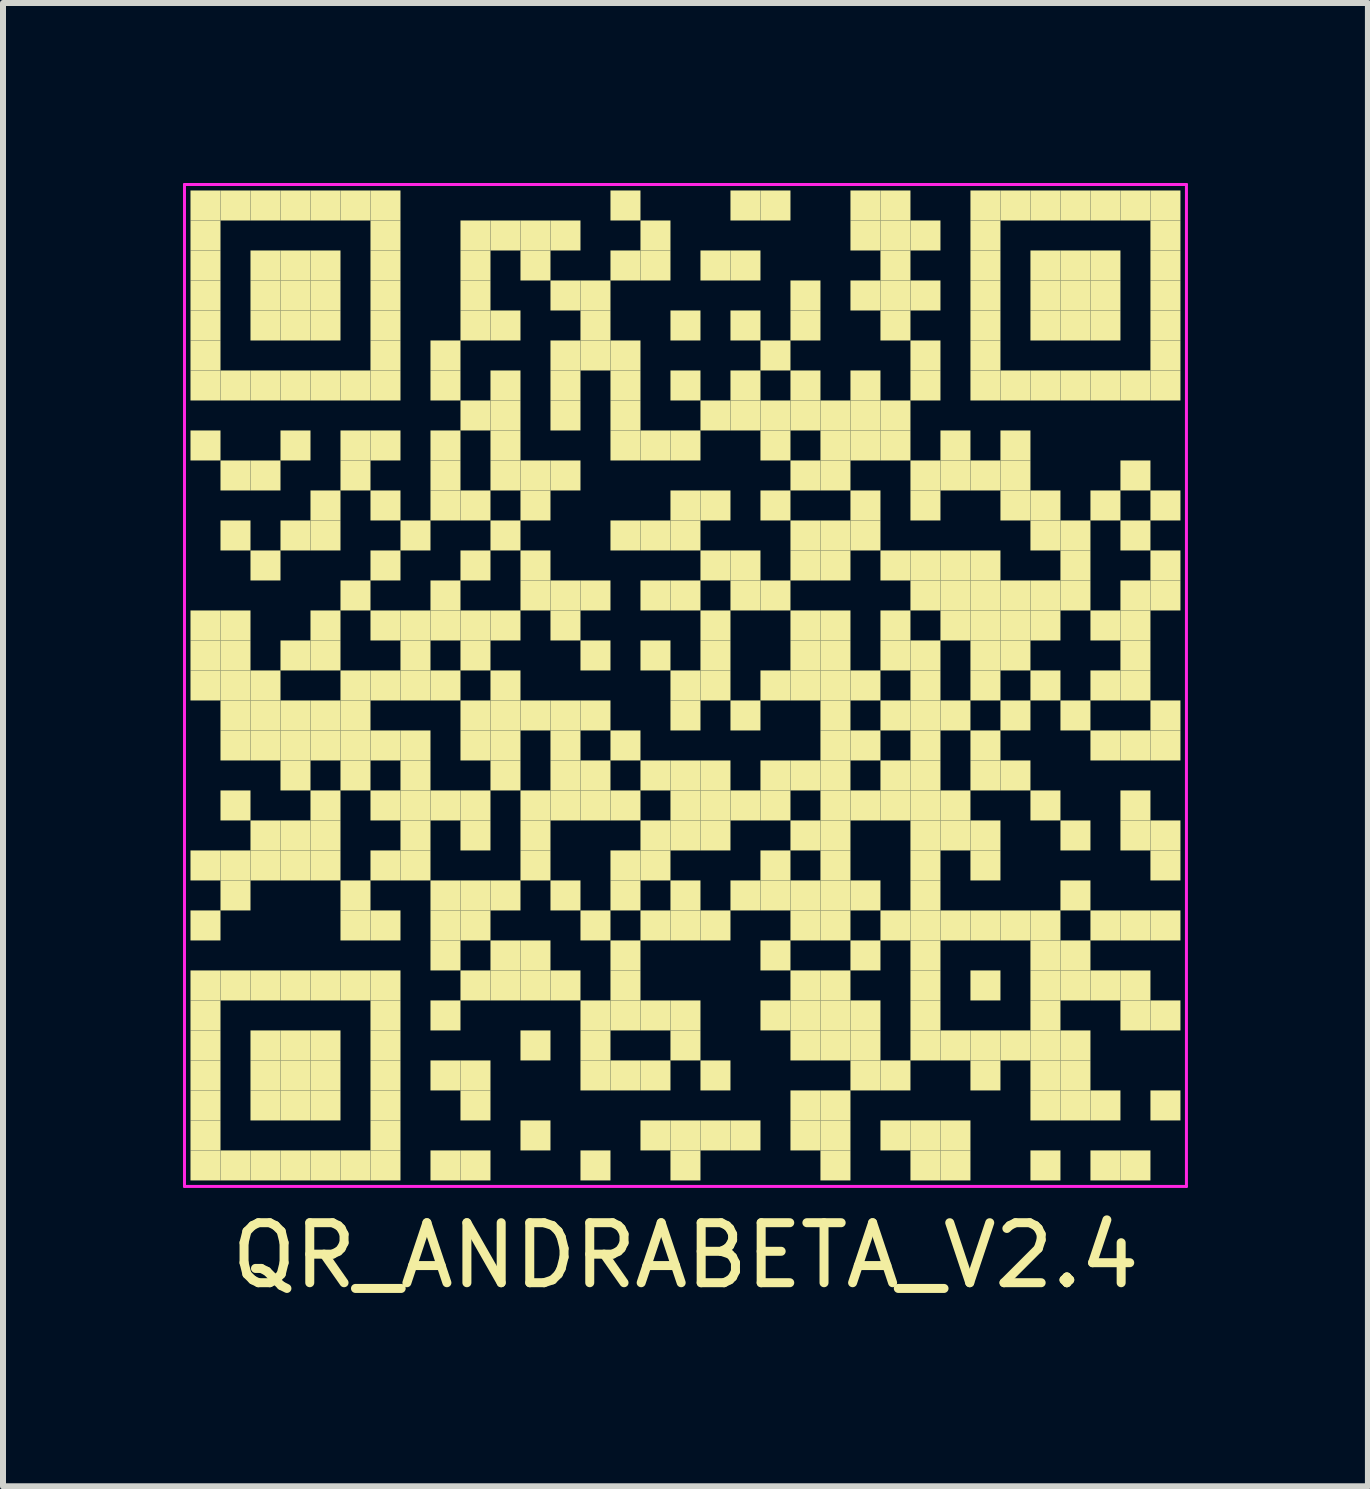
<source format=kicad_pcb>
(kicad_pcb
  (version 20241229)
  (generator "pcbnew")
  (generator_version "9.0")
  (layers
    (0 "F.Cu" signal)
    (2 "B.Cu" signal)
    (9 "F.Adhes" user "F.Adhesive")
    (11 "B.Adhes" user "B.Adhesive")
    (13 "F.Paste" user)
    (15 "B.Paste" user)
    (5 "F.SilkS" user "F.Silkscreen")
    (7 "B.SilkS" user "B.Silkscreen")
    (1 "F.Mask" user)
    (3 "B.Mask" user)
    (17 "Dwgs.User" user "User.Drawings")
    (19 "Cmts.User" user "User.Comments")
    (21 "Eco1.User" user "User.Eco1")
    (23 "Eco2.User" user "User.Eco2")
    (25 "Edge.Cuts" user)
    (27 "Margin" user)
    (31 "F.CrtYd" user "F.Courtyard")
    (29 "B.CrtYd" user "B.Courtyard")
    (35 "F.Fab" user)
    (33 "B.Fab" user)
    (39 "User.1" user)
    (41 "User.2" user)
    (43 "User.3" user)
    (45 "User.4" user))
  (footprint "QR_ANDRABETA_V2.4"
    (layer "F.Cu")
    (at 8.375 8.375)
    (property "Reference" "QR_ANDRABETA_V2.4" (at 0 9.5 0) (layer "F.SilkS") (effects (font (size 1 1) (thickness 0.15))))
    (attr through_hole)
    (fp_poly (pts (xy -7.75 -7.75) (xy -7.75 -8.25) (xy -8.25 -8.25) (xy -8.25 -7.75)) (stroke (width 0) (type solid)) (fill yes) (layer "F.SilkS"))
    (fp_poly (pts (xy -7.75 -7.25) (xy -7.75 -7.75) (xy -8.25 -7.75) (xy -8.25 -7.25)) (stroke (width 0) (type solid)) (fill yes) (layer "F.SilkS"))
    (fp_poly (pts (xy -7.75 -6.75) (xy -7.75 -7.25) (xy -8.25 -7.25) (xy -8.25 -6.75)) (stroke (width 0) (type solid)) (fill yes) (layer "F.SilkS"))
    (fp_poly (pts (xy -7.75 -6.25) (xy -7.75 -6.75) (xy -8.25 -6.75) (xy -8.25 -6.25)) (stroke (width 0) (type solid)) (fill yes) (layer "F.SilkS"))
    (fp_poly (pts (xy -7.75 -5.75) (xy -7.75 -6.25) (xy -8.25 -6.25) (xy -8.25 -5.75)) (stroke (width 0) (type solid)) (fill yes) (layer "F.SilkS"))
    (fp_poly (pts (xy -7.75 -5.25) (xy -7.75 -5.75) (xy -8.25 -5.75) (xy -8.25 -5.25)) (stroke (width 0) (type solid)) (fill yes) (layer "F.SilkS"))
    (fp_poly (pts (xy -7.75 -4.75) (xy -7.75 -5.25) (xy -8.25 -5.25) (xy -8.25 -4.75)) (stroke (width 0) (type solid)) (fill yes) (layer "F.SilkS"))
    (fp_poly (pts (xy -7.75 -3.75) (xy -7.75 -4.25) (xy -8.25 -4.25) (xy -8.25 -3.75)) (stroke (width 0) (type solid)) (fill yes) (layer "F.SilkS"))
    (fp_poly (pts (xy -7.75 -0.75) (xy -7.75 -1.25) (xy -8.25 -1.25) (xy -8.25 -0.75)) (stroke (width 0) (type solid)) (fill yes) (layer "F.SilkS"))
    (fp_poly (pts (xy -7.75 -0.25) (xy -7.75 -0.75) (xy -8.25 -0.75) (xy -8.25 -0.25)) (stroke (width 0) (type solid)) (fill yes) (layer "F.SilkS"))
    (fp_poly (pts (xy -7.75 0.25) (xy -7.75 -0.25) (xy -8.25 -0.25) (xy -8.25 0.25)) (stroke (width 0) (type solid)) (fill yes) (layer "F.SilkS"))
    (fp_poly (pts (xy -7.75 3.25) (xy -7.75 2.75) (xy -8.25 2.75) (xy -8.25 3.25)) (stroke (width 0) (type solid)) (fill yes) (layer "F.SilkS"))
    (fp_poly (pts (xy -7.75 4.25) (xy -7.75 3.75) (xy -8.25 3.75) (xy -8.25 4.25)) (stroke (width 0) (type solid)) (fill yes) (layer "F.SilkS"))
    (fp_poly (pts (xy -7.75 5.25) (xy -7.75 4.75) (xy -8.25 4.75) (xy -8.25 5.25)) (stroke (width 0) (type solid)) (fill yes) (layer "F.SilkS"))
    (fp_poly (pts (xy -7.75 5.75) (xy -7.75 5.25) (xy -8.25 5.25) (xy -8.25 5.75)) (stroke (width 0) (type solid)) (fill yes) (layer "F.SilkS"))
    (fp_poly (pts (xy -7.75 6.25) (xy -7.75 5.75) (xy -8.25 5.75) (xy -8.25 6.25)) (stroke (width 0) (type solid)) (fill yes) (layer "F.SilkS"))
    (fp_poly (pts (xy -7.75 6.75) (xy -7.75 6.25) (xy -8.25 6.25) (xy -8.25 6.75)) (stroke (width 0) (type solid)) (fill yes) (layer "F.SilkS"))
    (fp_poly (pts (xy -7.75 7.25) (xy -7.75 6.75) (xy -8.25 6.75) (xy -8.25 7.25)) (stroke (width 0) (type solid)) (fill yes) (layer "F.SilkS"))
    (fp_poly (pts (xy -7.75 7.75) (xy -7.75 7.25) (xy -8.25 7.25) (xy -8.25 7.75)) (stroke (width 0) (type solid)) (fill yes) (layer "F.SilkS"))
    (fp_poly (pts (xy -7.75 8.25) (xy -7.75 7.75) (xy -8.25 7.75) (xy -8.25 8.25)) (stroke (width 0) (type solid)) (fill yes) (layer "F.SilkS"))
    (fp_poly (pts (xy -7.25 -7.75) (xy -7.25 -8.25) (xy -7.75 -8.25) (xy -7.75 -7.75)) (stroke (width 0) (type solid)) (fill yes) (layer "F.SilkS"))
    (fp_poly (pts (xy -7.25 -4.75) (xy -7.25 -5.25) (xy -7.75 -5.25) (xy -7.75 -4.75)) (stroke (width 0) (type solid)) (fill yes) (layer "F.SilkS"))
    (fp_poly (pts (xy -7.25 -3.25) (xy -7.25 -3.75) (xy -7.75 -3.75) (xy -7.75 -3.25)) (stroke (width 0) (type solid)) (fill yes) (layer "F.SilkS"))
    (fp_poly (pts (xy -7.25 -2.25) (xy -7.25 -2.75) (xy -7.75 -2.75) (xy -7.75 -2.25)) (stroke (width 0) (type solid)) (fill yes) (layer "F.SilkS"))
    (fp_poly (pts (xy -7.25 -0.75) (xy -7.25 -1.25) (xy -7.75 -1.25) (xy -7.75 -0.75)) (stroke (width 0) (type solid)) (fill yes) (layer "F.SilkS"))
    (fp_poly (pts (xy -7.25 -0.25) (xy -7.25 -0.75) (xy -7.75 -0.75) (xy -7.75 -0.25)) (stroke (width 0) (type solid)) (fill yes) (layer "F.SilkS"))
    (fp_poly (pts (xy -7.25 0.25) (xy -7.25 -0.25) (xy -7.75 -0.25) (xy -7.75 0.25)) (stroke (width 0) (type solid)) (fill yes) (layer "F.SilkS"))
    (fp_poly (pts (xy -7.25 0.75) (xy -7.25 0.25) (xy -7.75 0.25) (xy -7.75 0.75)) (stroke (width 0) (type solid)) (fill yes) (layer "F.SilkS"))
    (fp_poly (pts (xy -7.25 1.25) (xy -7.25 0.75) (xy -7.75 0.75) (xy -7.75 1.25)) (stroke (width 0) (type solid)) (fill yes) (layer "F.SilkS"))
    (fp_poly (pts (xy -7.25 2.25) (xy -7.25 1.75) (xy -7.75 1.75) (xy -7.75 2.25)) (stroke (width 0) (type solid)) (fill yes) (layer "F.SilkS"))
    (fp_poly (pts (xy -7.25 3.25) (xy -7.25 2.75) (xy -7.75 2.75) (xy -7.75 3.25)) (stroke (width 0) (type solid)) (fill yes) (layer "F.SilkS"))
    (fp_poly (pts (xy -7.25 3.75) (xy -7.25 3.25) (xy -7.75 3.25) (xy -7.75 3.75)) (stroke (width 0) (type solid)) (fill yes) (layer "F.SilkS"))
    (fp_poly (pts (xy -7.25 5.25) (xy -7.25 4.75) (xy -7.75 4.75) (xy -7.75 5.25)) (stroke (width 0) (type solid)) (fill yes) (layer "F.SilkS"))
    (fp_poly (pts (xy -7.25 8.25) (xy -7.25 7.75) (xy -7.75 7.75) (xy -7.75 8.25)) (stroke (width 0) (type solid)) (fill yes) (layer "F.SilkS"))
    (fp_poly (pts (xy -6.75 -7.75) (xy -6.75 -8.25) (xy -7.25 -8.25) (xy -7.25 -7.75)) (stroke (width 0) (type solid)) (fill yes) (layer "F.SilkS"))
    (fp_poly (pts (xy -6.75 -6.75) (xy -6.75 -7.25) (xy -7.25 -7.25) (xy -7.25 -6.75)) (stroke (width 0) (type solid)) (fill yes) (layer "F.SilkS"))
    (fp_poly (pts (xy -6.75 -6.25) (xy -6.75 -6.75) (xy -7.25 -6.75) (xy -7.25 -6.25)) (stroke (width 0) (type solid)) (fill yes) (layer "F.SilkS"))
    (fp_poly (pts (xy -6.75 -5.75) (xy -6.75 -6.25) (xy -7.25 -6.25) (xy -7.25 -5.75)) (stroke (width 0) (type solid)) (fill yes) (layer "F.SilkS"))
    (fp_poly (pts (xy -6.75 -4.75) (xy -6.75 -5.25) (xy -7.25 -5.25) (xy -7.25 -4.75)) (stroke (width 0) (type solid)) (fill yes) (layer "F.SilkS"))
    (fp_poly (pts (xy -6.75 -3.25) (xy -6.75 -3.75) (xy -7.25 -3.75) (xy -7.25 -3.25)) (stroke (width 0) (type solid)) (fill yes) (layer "F.SilkS"))
    (fp_poly (pts (xy -6.75 -1.75) (xy -6.75 -2.25) (xy -7.25 -2.25) (xy -7.25 -1.75)) (stroke (width 0) (type solid)) (fill yes) (layer "F.SilkS"))
    (fp_poly (pts (xy -6.75 0.25) (xy -6.75 -0.25) (xy -7.25 -0.25) (xy -7.25 0.25)) (stroke (width 0) (type solid)) (fill yes) (layer "F.SilkS"))
    (fp_poly (pts (xy -6.75 0.75) (xy -6.75 0.25) (xy -7.25 0.25) (xy -7.25 0.75)) (stroke (width 0) (type solid)) (fill yes) (layer "F.SilkS"))
    (fp_poly (pts (xy -6.75 1.25) (xy -6.75 0.75) (xy -7.25 0.75) (xy -7.25 1.25)) (stroke (width 0) (type solid)) (fill yes) (layer "F.SilkS"))
    (fp_poly (pts (xy -6.75 2.75) (xy -6.75 2.25) (xy -7.25 2.25) (xy -7.25 2.75)) (stroke (width 0) (type solid)) (fill yes) (layer "F.SilkS"))
    (fp_poly (pts (xy -6.75 3.25) (xy -6.75 2.75) (xy -7.25 2.75) (xy -7.25 3.25)) (stroke (width 0) (type solid)) (fill yes) (layer "F.SilkS"))
    (fp_poly (pts (xy -6.75 5.25) (xy -6.75 4.75) (xy -7.25 4.75) (xy -7.25 5.25)) (stroke (width 0) (type solid)) (fill yes) (layer "F.SilkS"))
    (fp_poly (pts (xy -6.75 6.25) (xy -6.75 5.75) (xy -7.25 5.75) (xy -7.25 6.25)) (stroke (width 0) (type solid)) (fill yes) (layer "F.SilkS"))
    (fp_poly (pts (xy -6.75 6.75) (xy -6.75 6.25) (xy -7.25 6.25) (xy -7.25 6.75)) (stroke (width 0) (type solid)) (fill yes) (layer "F.SilkS"))
    (fp_poly (pts (xy -6.75 7.25) (xy -6.75 6.75) (xy -7.25 6.75) (xy -7.25 7.25)) (stroke (width 0) (type solid)) (fill yes) (layer "F.SilkS"))
    (fp_poly (pts (xy -6.75 8.25) (xy -6.75 7.75) (xy -7.25 7.75) (xy -7.25 8.25)) (stroke (width 0) (type solid)) (fill yes) (layer "F.SilkS"))
    (fp_poly (pts (xy -6.25 -7.75) (xy -6.25 -8.25) (xy -6.75 -8.25) (xy -6.75 -7.75)) (stroke (width 0) (type solid)) (fill yes) (layer "F.SilkS"))
    (fp_poly (pts (xy -6.25 -6.75) (xy -6.25 -7.25) (xy -6.75 -7.25) (xy -6.75 -6.75)) (stroke (width 0) (type solid)) (fill yes) (layer "F.SilkS"))
    (fp_poly (pts (xy -6.25 -6.25) (xy -6.25 -6.75) (xy -6.75 -6.75) (xy -6.75 -6.25)) (stroke (width 0) (type solid)) (fill yes) (layer "F.SilkS"))
    (fp_poly (pts (xy -6.25 -5.75) (xy -6.25 -6.25) (xy -6.75 -6.25) (xy -6.75 -5.75)) (stroke (width 0) (type solid)) (fill yes) (layer "F.SilkS"))
    (fp_poly (pts (xy -6.25 -4.75) (xy -6.25 -5.25) (xy -6.75 -5.25) (xy -6.75 -4.75)) (stroke (width 0) (type solid)) (fill yes) (layer "F.SilkS"))
    (fp_poly (pts (xy -6.25 -3.75) (xy -6.25 -4.25) (xy -6.75 -4.25) (xy -6.75 -3.75)) (stroke (width 0) (type solid)) (fill yes) (layer "F.SilkS"))
    (fp_poly (pts (xy -6.25 -2.25) (xy -6.25 -2.75) (xy -6.75 -2.75) (xy -6.75 -2.25)) (stroke (width 0) (type solid)) (fill yes) (layer "F.SilkS"))
    (fp_poly (pts (xy -6.25 -0.25) (xy -6.25 -0.75) (xy -6.75 -0.75) (xy -6.75 -0.25)) (stroke (width 0) (type solid)) (fill yes) (layer "F.SilkS"))
    (fp_poly (pts (xy -6.25 0.75) (xy -6.25 0.25) (xy -6.75 0.25) (xy -6.75 0.75)) (stroke (width 0) (type solid)) (fill yes) (layer "F.SilkS"))
    (fp_poly (pts (xy -6.25 1.25) (xy -6.25 0.75) (xy -6.75 0.75) (xy -6.75 1.25)) (stroke (width 0) (type solid)) (fill yes) (layer "F.SilkS"))
    (fp_poly (pts (xy -6.25 1.75) (xy -6.25 1.25) (xy -6.75 1.25) (xy -6.75 1.75)) (stroke (width 0) (type solid)) (fill yes) (layer "F.SilkS"))
    (fp_poly (pts (xy -6.25 2.75) (xy -6.25 2.25) (xy -6.75 2.25) (xy -6.75 2.75)) (stroke (width 0) (type solid)) (fill yes) (layer "F.SilkS"))
    (fp_poly (pts (xy -6.25 3.25) (xy -6.25 2.75) (xy -6.75 2.75) (xy -6.75 3.25)) (stroke (width 0) (type solid)) (fill yes) (layer "F.SilkS"))
    (fp_poly (pts (xy -6.25 5.25) (xy -6.25 4.75) (xy -6.75 4.75) (xy -6.75 5.25)) (stroke (width 0) (type solid)) (fill yes) (layer "F.SilkS"))
    (fp_poly (pts (xy -6.25 6.25) (xy -6.25 5.75) (xy -6.75 5.75) (xy -6.75 6.25)) (stroke (width 0) (type solid)) (fill yes) (layer "F.SilkS"))
    (fp_poly (pts (xy -6.25 6.75) (xy -6.25 6.25) (xy -6.75 6.25) (xy -6.75 6.75)) (stroke (width 0) (type solid)) (fill yes) (layer "F.SilkS"))
    (fp_poly (pts (xy -6.25 7.25) (xy -6.25 6.75) (xy -6.75 6.75) (xy -6.75 7.25)) (stroke (width 0) (type solid)) (fill yes) (layer "F.SilkS"))
    (fp_poly (pts (xy -6.25 8.25) (xy -6.25 7.75) (xy -6.75 7.75) (xy -6.75 8.25)) (stroke (width 0) (type solid)) (fill yes) (layer "F.SilkS"))
    (fp_poly (pts (xy -5.75 -7.75) (xy -5.75 -8.25) (xy -6.25 -8.25) (xy -6.25 -7.75)) (stroke (width 0) (type solid)) (fill yes) (layer "F.SilkS"))
    (fp_poly (pts (xy -5.75 -6.75) (xy -5.75 -7.25) (xy -6.25 -7.25) (xy -6.25 -6.75)) (stroke (width 0) (type solid)) (fill yes) (layer "F.SilkS"))
    (fp_poly (pts (xy -5.75 -6.25) (xy -5.75 -6.75) (xy -6.25 -6.75) (xy -6.25 -6.25)) (stroke (width 0) (type solid)) (fill yes) (layer "F.SilkS"))
    (fp_poly (pts (xy -5.75 -5.75) (xy -5.75 -6.25) (xy -6.25 -6.25) (xy -6.25 -5.75)) (stroke (width 0) (type solid)) (fill yes) (layer "F.SilkS"))
    (fp_poly (pts (xy -5.75 -4.75) (xy -5.75 -5.25) (xy -6.25 -5.25) (xy -6.25 -4.75)) (stroke (width 0) (type solid)) (fill yes) (layer "F.SilkS"))
    (fp_poly (pts (xy -5.75 -2.75) (xy -5.75 -3.25) (xy -6.25 -3.25) (xy -6.25 -2.75)) (stroke (width 0) (type solid)) (fill yes) (layer "F.SilkS"))
    (fp_poly (pts (xy -5.75 -2.25) (xy -5.75 -2.75) (xy -6.25 -2.75) (xy -6.25 -2.25)) (stroke (width 0) (type solid)) (fill yes) (layer "F.SilkS"))
    (fp_poly (pts (xy -5.75 -0.75) (xy -5.75 -1.25) (xy -6.25 -1.25) (xy -6.25 -0.75)) (stroke (width 0) (type solid)) (fill yes) (layer "F.SilkS"))
    (fp_poly (pts (xy -5.75 -0.25) (xy -5.75 -0.75) (xy -6.25 -0.75) (xy -6.25 -0.25)) (stroke (width 0) (type solid)) (fill yes) (layer "F.SilkS"))
    (fp_poly (pts (xy -5.75 0.75) (xy -5.75 0.25) (xy -6.25 0.25) (xy -6.25 0.75)) (stroke (width 0) (type solid)) (fill yes) (layer "F.SilkS"))
    (fp_poly (pts (xy -5.75 1.25) (xy -5.75 0.75) (xy -6.25 0.75) (xy -6.25 1.25)) (stroke (width 0) (type solid)) (fill yes) (layer "F.SilkS"))
    (fp_poly (pts (xy -5.75 2.25) (xy -5.75 1.75) (xy -6.25 1.75) (xy -6.25 2.25)) (stroke (width 0) (type solid)) (fill yes) (layer "F.SilkS"))
    (fp_poly (pts (xy -5.75 2.75) (xy -5.75 2.25) (xy -6.25 2.25) (xy -6.25 2.75)) (stroke (width 0) (type solid)) (fill yes) (layer "F.SilkS"))
    (fp_poly (pts (xy -5.75 3.25) (xy -5.75 2.75) (xy -6.25 2.75) (xy -6.25 3.25)) (stroke (width 0) (type solid)) (fill yes) (layer "F.SilkS"))
    (fp_poly (pts (xy -5.75 5.25) (xy -5.75 4.75) (xy -6.25 4.75) (xy -6.25 5.25)) (stroke (width 0) (type solid)) (fill yes) (layer "F.SilkS"))
    (fp_poly (pts (xy -5.75 6.25) (xy -5.75 5.75) (xy -6.25 5.75) (xy -6.25 6.25)) (stroke (width 0) (type solid)) (fill yes) (layer "F.SilkS"))
    (fp_poly (pts (xy -5.75 6.75) (xy -5.75 6.25) (xy -6.25 6.25) (xy -6.25 6.75)) (stroke (width 0) (type solid)) (fill yes) (layer "F.SilkS"))
    (fp_poly (pts (xy -5.75 7.25) (xy -5.75 6.75) (xy -6.25 6.75) (xy -6.25 7.25)) (stroke (width 0) (type solid)) (fill yes) (layer "F.SilkS"))
    (fp_poly (pts (xy -5.75 8.25) (xy -5.75 7.75) (xy -6.25 7.75) (xy -6.25 8.25)) (stroke (width 0) (type solid)) (fill yes) (layer "F.SilkS"))
    (fp_poly (pts (xy -5.25 -7.75) (xy -5.25 -8.25) (xy -5.75 -8.25) (xy -5.75 -7.75)) (stroke (width 0) (type solid)) (fill yes) (layer "F.SilkS"))
    (fp_poly (pts (xy -5.25 -4.75) (xy -5.25 -5.25) (xy -5.75 -5.25) (xy -5.75 -4.75)) (stroke (width 0) (type solid)) (fill yes) (layer "F.SilkS"))
    (fp_poly (pts (xy -5.25 -3.75) (xy -5.25 -4.25) (xy -5.75 -4.25) (xy -5.75 -3.75)) (stroke (width 0) (type solid)) (fill yes) (layer "F.SilkS"))
    (fp_poly (pts (xy -5.25 -3.25) (xy -5.25 -3.75) (xy -5.75 -3.75) (xy -5.75 -3.25)) (stroke (width 0) (type solid)) (fill yes) (layer "F.SilkS"))
    (fp_poly (pts (xy -5.25 -1.25) (xy -5.25 -1.75) (xy -5.75 -1.75) (xy -5.75 -1.25)) (stroke (width 0) (type solid)) (fill yes) (layer "F.SilkS"))
    (fp_poly (pts (xy -5.25 0.25) (xy -5.25 -0.25) (xy -5.75 -0.25) (xy -5.75 0.25)) (stroke (width 0) (type solid)) (fill yes) (layer "F.SilkS"))
    (fp_poly (pts (xy -5.25 0.75) (xy -5.25 0.25) (xy -5.75 0.25) (xy -5.75 0.75)) (stroke (width 0) (type solid)) (fill yes) (layer "F.SilkS"))
    (fp_poly (pts (xy -5.25 1.25) (xy -5.25 0.75) (xy -5.75 0.75) (xy -5.75 1.25)) (stroke (width 0) (type solid)) (fill yes) (layer "F.SilkS"))
    (fp_poly (pts (xy -5.25 1.75) (xy -5.25 1.25) (xy -5.75 1.25) (xy -5.75 1.75)) (stroke (width 0) (type solid)) (fill yes) (layer "F.SilkS"))
    (fp_poly (pts (xy -5.25 3.75) (xy -5.25 3.25) (xy -5.75 3.25) (xy -5.75 3.75)) (stroke (width 0) (type solid)) (fill yes) (layer "F.SilkS"))
    (fp_poly (pts (xy -5.25 4.25) (xy -5.25 3.75) (xy -5.75 3.75) (xy -5.75 4.25)) (stroke (width 0) (type solid)) (fill yes) (layer "F.SilkS"))
    (fp_poly (pts (xy -5.25 5.25) (xy -5.25 4.75) (xy -5.75 4.75) (xy -5.75 5.25)) (stroke (width 0) (type solid)) (fill yes) (layer "F.SilkS"))
    (fp_poly (pts (xy -5.25 8.25) (xy -5.25 7.75) (xy -5.75 7.75) (xy -5.75 8.25)) (stroke (width 0) (type solid)) (fill yes) (layer "F.SilkS"))
    (fp_poly (pts (xy -4.75 -7.75) (xy -4.75 -8.25) (xy -5.25 -8.25) (xy -5.25 -7.75)) (stroke (width 0) (type solid)) (fill yes) (layer "F.SilkS"))
    (fp_poly (pts (xy -4.75 -7.25) (xy -4.75 -7.75) (xy -5.25 -7.75) (xy -5.25 -7.25)) (stroke (width 0) (type solid)) (fill yes) (layer "F.SilkS"))
    (fp_poly (pts (xy -4.75 -6.75) (xy -4.75 -7.25) (xy -5.25 -7.25) (xy -5.25 -6.75)) (stroke (width 0) (type solid)) (fill yes) (layer "F.SilkS"))
    (fp_poly (pts (xy -4.75 -6.25) (xy -4.75 -6.75) (xy -5.25 -6.75) (xy -5.25 -6.25)) (stroke (width 0) (type solid)) (fill yes) (layer "F.SilkS"))
    (fp_poly (pts (xy -4.75 -5.75) (xy -4.75 -6.25) (xy -5.25 -6.25) (xy -5.25 -5.75)) (stroke (width 0) (type solid)) (fill yes) (layer "F.SilkS"))
    (fp_poly (pts (xy -4.75 -5.25) (xy -4.75 -5.75) (xy -5.25 -5.75) (xy -5.25 -5.25)) (stroke (width 0) (type solid)) (fill yes) (layer "F.SilkS"))
    (fp_poly (pts (xy -4.75 -4.75) (xy -4.75 -5.25) (xy -5.25 -5.25) (xy -5.25 -4.75)) (stroke (width 0) (type solid)) (fill yes) (layer "F.SilkS"))
    (fp_poly (pts (xy -4.75 -3.75) (xy -4.75 -4.25) (xy -5.25 -4.25) (xy -5.25 -3.75)) (stroke (width 0) (type solid)) (fill yes) (layer "F.SilkS"))
    (fp_poly (pts (xy -4.75 -2.75) (xy -4.75 -3.25) (xy -5.25 -3.25) (xy -5.25 -2.75)) (stroke (width 0) (type solid)) (fill yes) (layer "F.SilkS"))
    (fp_poly (pts (xy -4.75 -1.75) (xy -4.75 -2.25) (xy -5.25 -2.25) (xy -5.25 -1.75)) (stroke (width 0) (type solid)) (fill yes) (layer "F.SilkS"))
    (fp_poly (pts (xy -4.75 -0.75) (xy -4.75 -1.25) (xy -5.25 -1.25) (xy -5.25 -0.75)) (stroke (width 0) (type solid)) (fill yes) (layer "F.SilkS"))
    (fp_poly (pts (xy -4.75 0.25) (xy -4.75 -0.25) (xy -5.25 -0.25) (xy -5.25 0.25)) (stroke (width 0) (type solid)) (fill yes) (layer "F.SilkS"))
    (fp_poly (pts (xy -4.75 1.25) (xy -4.75 0.75) (xy -5.25 0.75) (xy -5.25 1.25)) (stroke (width 0) (type solid)) (fill yes) (layer "F.SilkS"))
    (fp_poly (pts (xy -4.75 2.25) (xy -4.75 1.75) (xy -5.25 1.75) (xy -5.25 2.25)) (stroke (width 0) (type solid)) (fill yes) (layer "F.SilkS"))
    (fp_poly (pts (xy -4.75 3.25) (xy -4.75 2.75) (xy -5.25 2.75) (xy -5.25 3.25)) (stroke (width 0) (type solid)) (fill yes) (layer "F.SilkS"))
    (fp_poly (pts (xy -4.75 4.25) (xy -4.75 3.75) (xy -5.25 3.75) (xy -5.25 4.25)) (stroke (width 0) (type solid)) (fill yes) (layer "F.SilkS"))
    (fp_poly (pts (xy -4.75 5.25) (xy -4.75 4.75) (xy -5.25 4.75) (xy -5.25 5.25)) (stroke (width 0) (type solid)) (fill yes) (layer "F.SilkS"))
    (fp_poly (pts (xy -4.75 5.75) (xy -4.75 5.25) (xy -5.25 5.25) (xy -5.25 5.75)) (stroke (width 0) (type solid)) (fill yes) (layer "F.SilkS"))
    (fp_poly (pts (xy -4.75 6.25) (xy -4.75 5.75) (xy -5.25 5.75) (xy -5.25 6.25)) (stroke (width 0) (type solid)) (fill yes) (layer "F.SilkS"))
    (fp_poly (pts (xy -4.75 6.75) (xy -4.75 6.25) (xy -5.25 6.25) (xy -5.25 6.75)) (stroke (width 0) (type solid)) (fill yes) (layer "F.SilkS"))
    (fp_poly (pts (xy -4.75 7.25) (xy -4.75 6.75) (xy -5.25 6.75) (xy -5.25 7.25)) (stroke (width 0) (type solid)) (fill yes) (layer "F.SilkS"))
    (fp_poly (pts (xy -4.75 7.75) (xy -4.75 7.25) (xy -5.25 7.25) (xy -5.25 7.75)) (stroke (width 0) (type solid)) (fill yes) (layer "F.SilkS"))
    (fp_poly (pts (xy -4.75 8.25) (xy -4.75 7.75) (xy -5.25 7.75) (xy -5.25 8.25)) (stroke (width 0) (type solid)) (fill yes) (layer "F.SilkS"))
    (fp_poly (pts (xy -4.25 -2.25) (xy -4.25 -2.75) (xy -4.75 -2.75) (xy -4.75 -2.25)) (stroke (width 0) (type solid)) (fill yes) (layer "F.SilkS"))
    (fp_poly (pts (xy -4.25 -0.75) (xy -4.25 -1.25) (xy -4.75 -1.25) (xy -4.75 -0.75)) (stroke (width 0) (type solid)) (fill yes) (layer "F.SilkS"))
    (fp_poly (pts (xy -4.25 -0.25) (xy -4.25 -0.75) (xy -4.75 -0.75) (xy -4.75 -0.25)) (stroke (width 0) (type solid)) (fill yes) (layer "F.SilkS"))
    (fp_poly (pts (xy -4.25 0.25) (xy -4.25 -0.25) (xy -4.75 -0.25) (xy -4.75 0.25)) (stroke (width 0) (type solid)) (fill yes) (layer "F.SilkS"))
    (fp_poly (pts (xy -4.25 1.25) (xy -4.25 0.75) (xy -4.75 0.75) (xy -4.75 1.25)) (stroke (width 0) (type solid)) (fill yes) (layer "F.SilkS"))
    (fp_poly (pts (xy -4.25 1.75) (xy -4.25 1.25) (xy -4.75 1.25) (xy -4.75 1.75)) (stroke (width 0) (type solid)) (fill yes) (layer "F.SilkS"))
    (fp_poly (pts (xy -4.25 2.25) (xy -4.25 1.75) (xy -4.75 1.75) (xy -4.75 2.25)) (stroke (width 0) (type solid)) (fill yes) (layer "F.SilkS"))
    (fp_poly (pts (xy -4.25 2.75) (xy -4.25 2.25) (xy -4.75 2.25) (xy -4.75 2.75)) (stroke (width 0) (type solid)) (fill yes) (layer "F.SilkS"))
    (fp_poly (pts (xy -4.25 3.25) (xy -4.25 2.75) (xy -4.75 2.75) (xy -4.75 3.25)) (stroke (width 0) (type solid)) (fill yes) (layer "F.SilkS"))
    (fp_poly (pts (xy -3.75 -5.25) (xy -3.75 -5.75) (xy -4.25 -5.75) (xy -4.25 -5.25)) (stroke (width 0) (type solid)) (fill yes) (layer "F.SilkS"))
    (fp_poly (pts (xy -3.75 -4.75) (xy -3.75 -5.25) (xy -4.25 -5.25) (xy -4.25 -4.75)) (stroke (width 0) (type solid)) (fill yes) (layer "F.SilkS"))
    (fp_poly (pts (xy -3.75 -3.75) (xy -3.75 -4.25) (xy -4.25 -4.25) (xy -4.25 -3.75)) (stroke (width 0) (type solid)) (fill yes) (layer "F.SilkS"))
    (fp_poly (pts (xy -3.75 -3.25) (xy -3.75 -3.75) (xy -4.25 -3.75) (xy -4.25 -3.25)) (stroke (width 0) (type solid)) (fill yes) (layer "F.SilkS"))
    (fp_poly (pts (xy -3.75 -2.75) (xy -3.75 -3.25) (xy -4.25 -3.25) (xy -4.25 -2.75)) (stroke (width 0) (type solid)) (fill yes) (layer "F.SilkS"))
    (fp_poly (pts (xy -3.75 -1.25) (xy -3.75 -1.75) (xy -4.25 -1.75) (xy -4.25 -1.25)) (stroke (width 0) (type solid)) (fill yes) (layer "F.SilkS"))
    (fp_poly (pts (xy -3.75 -0.75) (xy -3.75 -1.25) (xy -4.25 -1.25) (xy -4.25 -0.75)) (stroke (width 0) (type solid)) (fill yes) (layer "F.SilkS"))
    (fp_poly (pts (xy -3.75 0.25) (xy -3.75 -0.25) (xy -4.25 -0.25) (xy -4.25 0.25)) (stroke (width 0) (type solid)) (fill yes) (layer "F.SilkS"))
    (fp_poly (pts (xy -3.75 2.25) (xy -3.75 1.75) (xy -4.25 1.75) (xy -4.25 2.25)) (stroke (width 0) (type solid)) (fill yes) (layer "F.SilkS"))
    (fp_poly (pts (xy -3.75 3.75) (xy -3.75 3.25) (xy -4.25 3.25) (xy -4.25 3.75)) (stroke (width 0) (type solid)) (fill yes) (layer "F.SilkS"))
    (fp_poly (pts (xy -3.75 4.25) (xy -3.75 3.75) (xy -4.25 3.75) (xy -4.25 4.25)) (stroke (width 0) (type solid)) (fill yes) (layer "F.SilkS"))
    (fp_poly (pts (xy -3.75 4.75) (xy -3.75 4.25) (xy -4.25 4.25) (xy -4.25 4.75)) (stroke (width 0) (type solid)) (fill yes) (layer "F.SilkS"))
    (fp_poly (pts (xy -3.75 5.75) (xy -3.75 5.25) (xy -4.25 5.25) (xy -4.25 5.75)) (stroke (width 0) (type solid)) (fill yes) (layer "F.SilkS"))
    (fp_poly (pts (xy -3.75 6.75) (xy -3.75 6.25) (xy -4.25 6.25) (xy -4.25 6.75)) (stroke (width 0) (type solid)) (fill yes) (layer "F.SilkS"))
    (fp_poly (pts (xy -3.75 8.25) (xy -3.75 7.75) (xy -4.25 7.75) (xy -4.25 8.25)) (stroke (width 0) (type solid)) (fill yes) (layer "F.SilkS"))
    (fp_poly (pts (xy -3.25 -7.25) (xy -3.25 -7.75) (xy -3.75 -7.75) (xy -3.75 -7.25)) (stroke (width 0) (type solid)) (fill yes) (layer "F.SilkS"))
    (fp_poly (pts (xy -3.25 -6.75) (xy -3.25 -7.25) (xy -3.75 -7.25) (xy -3.75 -6.75)) (stroke (width 0) (type solid)) (fill yes) (layer "F.SilkS"))
    (fp_poly (pts (xy -3.25 -6.25) (xy -3.25 -6.75) (xy -3.75 -6.75) (xy -3.75 -6.25)) (stroke (width 0) (type solid)) (fill yes) (layer "F.SilkS"))
    (fp_poly (pts (xy -3.25 -5.75) (xy -3.25 -6.25) (xy -3.75 -6.25) (xy -3.75 -5.75)) (stroke (width 0) (type solid)) (fill yes) (layer "F.SilkS"))
    (fp_poly (pts (xy -3.25 -4.25) (xy -3.25 -4.75) (xy -3.75 -4.75) (xy -3.75 -4.25)) (stroke (width 0) (type solid)) (fill yes) (layer "F.SilkS"))
    (fp_poly (pts (xy -3.25 -2.75) (xy -3.25 -3.25) (xy -3.75 -3.25) (xy -3.75 -2.75)) (stroke (width 0) (type solid)) (fill yes) (layer "F.SilkS"))
    (fp_poly (pts (xy -3.25 -1.75) (xy -3.25 -2.25) (xy -3.75 -2.25) (xy -3.75 -1.75)) (stroke (width 0) (type solid)) (fill yes) (layer "F.SilkS"))
    (fp_poly (pts (xy -3.25 -0.75) (xy -3.25 -1.25) (xy -3.75 -1.25) (xy -3.75 -0.75)) (stroke (width 0) (type solid)) (fill yes) (layer "F.SilkS"))
    (fp_poly (pts (xy -3.25 -0.25) (xy -3.25 -0.75) (xy -3.75 -0.75) (xy -3.75 -0.25)) (stroke (width 0) (type solid)) (fill yes) (layer "F.SilkS"))
    (fp_poly (pts (xy -3.25 0.75) (xy -3.25 0.25) (xy -3.75 0.25) (xy -3.75 0.75)) (stroke (width 0) (type solid)) (fill yes) (layer "F.SilkS"))
    (fp_poly (pts (xy -3.25 1.25) (xy -3.25 0.75) (xy -3.75 0.75) (xy -3.75 1.25)) (stroke (width 0) (type solid)) (fill yes) (layer "F.SilkS"))
    (fp_poly (pts (xy -3.25 2.25) (xy -3.25 1.75) (xy -3.75 1.75) (xy -3.75 2.25)) (stroke (width 0) (type solid)) (fill yes) (layer "F.SilkS"))
    (fp_poly (pts (xy -3.25 2.75) (xy -3.25 2.25) (xy -3.75 2.25) (xy -3.75 2.75)) (stroke (width 0) (type solid)) (fill yes) (layer "F.SilkS"))
    (fp_poly (pts (xy -3.25 3.75) (xy -3.25 3.25) (xy -3.75 3.25) (xy -3.75 3.75)) (stroke (width 0) (type solid)) (fill yes) (layer "F.SilkS"))
    (fp_poly (pts (xy -3.25 4.25) (xy -3.25 3.75) (xy -3.75 3.75) (xy -3.75 4.25)) (stroke (width 0) (type solid)) (fill yes) (layer "F.SilkS"))
    (fp_poly (pts (xy -3.25 5.25) (xy -3.25 4.75) (xy -3.75 4.75) (xy -3.75 5.25)) (stroke (width 0) (type solid)) (fill yes) (layer "F.SilkS"))
    (fp_poly (pts (xy -3.25 6.75) (xy -3.25 6.25) (xy -3.75 6.25) (xy -3.75 6.75)) (stroke (width 0) (type solid)) (fill yes) (layer "F.SilkS"))
    (fp_poly (pts (xy -3.25 7.25) (xy -3.25 6.75) (xy -3.75 6.75) (xy -3.75 7.25)) (stroke (width 0) (type solid)) (fill yes) (layer "F.SilkS"))
    (fp_poly (pts (xy -3.25 8.25) (xy -3.25 7.75) (xy -3.75 7.75) (xy -3.75 8.25)) (stroke (width 0) (type solid)) (fill yes) (layer "F.SilkS"))
    (fp_poly (pts (xy -2.75 -7.25) (xy -2.75 -7.75) (xy -3.25 -7.75) (xy -3.25 -7.25)) (stroke (width 0) (type solid)) (fill yes) (layer "F.SilkS"))
    (fp_poly (pts (xy -2.75 -5.75) (xy -2.75 -6.25) (xy -3.25 -6.25) (xy -3.25 -5.75)) (stroke (width 0) (type solid)) (fill yes) (layer "F.SilkS"))
    (fp_poly (pts (xy -2.75 -4.75) (xy -2.75 -5.25) (xy -3.25 -5.25) (xy -3.25 -4.75)) (stroke (width 0) (type solid)) (fill yes) (layer "F.SilkS"))
    (fp_poly (pts (xy -2.75 -4.25) (xy -2.75 -4.75) (xy -3.25 -4.75) (xy -3.25 -4.25)) (stroke (width 0) (type solid)) (fill yes) (layer "F.SilkS"))
    (fp_poly (pts (xy -2.75 -3.75) (xy -2.75 -4.25) (xy -3.25 -4.25) (xy -3.25 -3.75)) (stroke (width 0) (type solid)) (fill yes) (layer "F.SilkS"))
    (fp_poly (pts (xy -2.75 -3.25) (xy -2.75 -3.75) (xy -3.25 -3.75) (xy -3.25 -3.25)) (stroke (width 0) (type solid)) (fill yes) (layer "F.SilkS"))
    (fp_poly (pts (xy -2.75 -2.25) (xy -2.75 -2.75) (xy -3.25 -2.75) (xy -3.25 -2.25)) (stroke (width 0) (type solid)) (fill yes) (layer "F.SilkS"))
    (fp_poly (pts (xy -2.75 -0.75) (xy -2.75 -1.25) (xy -3.25 -1.25) (xy -3.25 -0.75)) (stroke (width 0) (type solid)) (fill yes) (layer "F.SilkS"))
    (fp_poly (pts (xy -2.75 0.25) (xy -2.75 -0.25) (xy -3.25 -0.25) (xy -3.25 0.25)) (stroke (width 0) (type solid)) (fill yes) (layer "F.SilkS"))
    (fp_poly (pts (xy -2.75 0.75) (xy -2.75 0.25) (xy -3.25 0.25) (xy -3.25 0.75)) (stroke (width 0) (type solid)) (fill yes) (layer "F.SilkS"))
    (fp_poly (pts (xy -2.75 1.25) (xy -2.75 0.75) (xy -3.25 0.75) (xy -3.25 1.25)) (stroke (width 0) (type solid)) (fill yes) (layer "F.SilkS"))
    (fp_poly (pts (xy -2.75 1.75) (xy -2.75 1.25) (xy -3.25 1.25) (xy -3.25 1.75)) (stroke (width 0) (type solid)) (fill yes) (layer "F.SilkS"))
    (fp_poly (pts (xy -2.75 3.75) (xy -2.75 3.25) (xy -3.25 3.25) (xy -3.25 3.75)) (stroke (width 0) (type solid)) (fill yes) (layer "F.SilkS"))
    (fp_poly (pts (xy -2.75 4.75) (xy -2.75 4.25) (xy -3.25 4.25) (xy -3.25 4.75)) (stroke (width 0) (type solid)) (fill yes) (layer "F.SilkS"))
    (fp_poly (pts (xy -2.75 5.25) (xy -2.75 4.75) (xy -3.25 4.75) (xy -3.25 5.25)) (stroke (width 0) (type solid)) (fill yes) (layer "F.SilkS"))
    (fp_poly (pts (xy -2.25 -7.25) (xy -2.25 -7.75) (xy -2.75 -7.75) (xy -2.75 -7.25)) (stroke (width 0) (type solid)) (fill yes) (layer "F.SilkS"))
    (fp_poly (pts (xy -2.25 -6.75) (xy -2.25 -7.25) (xy -2.75 -7.25) (xy -2.75 -6.75)) (stroke (width 0) (type solid)) (fill yes) (layer "F.SilkS"))
    (fp_poly (pts (xy -2.25 -3.25) (xy -2.25 -3.75) (xy -2.75 -3.75) (xy -2.75 -3.25)) (stroke (width 0) (type solid)) (fill yes) (layer "F.SilkS"))
    (fp_poly (pts (xy -2.25 -2.75) (xy -2.25 -3.25) (xy -2.75 -3.25) (xy -2.75 -2.75)) (stroke (width 0) (type solid)) (fill yes) (layer "F.SilkS"))
    (fp_poly (pts (xy -2.25 -1.75) (xy -2.25 -2.25) (xy -2.75 -2.25) (xy -2.75 -1.75)) (stroke (width 0) (type solid)) (fill yes) (layer "F.SilkS"))
    (fp_poly (pts (xy -2.25 -1.25) (xy -2.25 -1.75) (xy -2.75 -1.75) (xy -2.75 -1.25)) (stroke (width 0) (type solid)) (fill yes) (layer "F.SilkS"))
    (fp_poly (pts (xy -2.25 0.75) (xy -2.25 0.25) (xy -2.75 0.25) (xy -2.75 0.75)) (stroke (width 0) (type solid)) (fill yes) (layer "F.SilkS"))
    (fp_poly (pts (xy -2.25 2.25) (xy -2.25 1.75) (xy -2.75 1.75) (xy -2.75 2.25)) (stroke (width 0) (type solid)) (fill yes) (layer "F.SilkS"))
    (fp_poly (pts (xy -2.25 2.75) (xy -2.25 2.25) (xy -2.75 2.25) (xy -2.75 2.75)) (stroke (width 0) (type solid)) (fill yes) (layer "F.SilkS"))
    (fp_poly (pts (xy -2.25 3.25) (xy -2.25 2.75) (xy -2.75 2.75) (xy -2.75 3.25)) (stroke (width 0) (type solid)) (fill yes) (layer "F.SilkS"))
    (fp_poly (pts (xy -2.25 4.75) (xy -2.25 4.25) (xy -2.75 4.25) (xy -2.75 4.75)) (stroke (width 0) (type solid)) (fill yes) (layer "F.SilkS"))
    (fp_poly (pts (xy -2.25 5.25) (xy -2.25 4.75) (xy -2.75 4.75) (xy -2.75 5.25)) (stroke (width 0) (type solid)) (fill yes) (layer "F.SilkS"))
    (fp_poly (pts (xy -2.25 6.25) (xy -2.25 5.75) (xy -2.75 5.75) (xy -2.75 6.25)) (stroke (width 0) (type solid)) (fill yes) (layer "F.SilkS"))
    (fp_poly (pts (xy -2.25 7.75) (xy -2.25 7.25) (xy -2.75 7.25) (xy -2.75 7.75)) (stroke (width 0) (type solid)) (fill yes) (layer "F.SilkS"))
    (fp_poly (pts (xy -1.75 -7.25) (xy -1.75 -7.75) (xy -2.25 -7.75) (xy -2.25 -7.25)) (stroke (width 0) (type solid)) (fill yes) (layer "F.SilkS"))
    (fp_poly (pts (xy -1.75 -6.25) (xy -1.75 -6.75) (xy -2.25 -6.75) (xy -2.25 -6.25)) (stroke (width 0) (type solid)) (fill yes) (layer "F.SilkS"))
    (fp_poly (pts (xy -1.75 -5.25) (xy -1.75 -5.75) (xy -2.25 -5.75) (xy -2.25 -5.25)) (stroke (width 0) (type solid)) (fill yes) (layer "F.SilkS"))
    (fp_poly (pts (xy -1.75 -4.75) (xy -1.75 -5.25) (xy -2.25 -5.25) (xy -2.25 -4.75)) (stroke (width 0) (type solid)) (fill yes) (layer "F.SilkS"))
    (fp_poly (pts (xy -1.75 -4.25) (xy -1.75 -4.75) (xy -2.25 -4.75) (xy -2.25 -4.25)) (stroke (width 0) (type solid)) (fill yes) (layer "F.SilkS"))
    (fp_poly (pts (xy -1.75 -3.25) (xy -1.75 -3.75) (xy -2.25 -3.75) (xy -2.25 -3.25)) (stroke (width 0) (type solid)) (fill yes) (layer "F.SilkS"))
    (fp_poly (pts (xy -1.75 -1.25) (xy -1.75 -1.75) (xy -2.25 -1.75) (xy -2.25 -1.25)) (stroke (width 0) (type solid)) (fill yes) (layer "F.SilkS"))
    (fp_poly (pts (xy -1.75 -0.75) (xy -1.75 -1.25) (xy -2.25 -1.25) (xy -2.25 -0.75)) (stroke (width 0) (type solid)) (fill yes) (layer "F.SilkS"))
    (fp_poly (pts (xy -1.75 0.75) (xy -1.75 0.25) (xy -2.25 0.25) (xy -2.25 0.75)) (stroke (width 0) (type solid)) (fill yes) (layer "F.SilkS"))
    (fp_poly (pts (xy -1.75 1.25) (xy -1.75 0.75) (xy -2.25 0.75) (xy -2.25 1.25)) (stroke (width 0) (type solid)) (fill yes) (layer "F.SilkS"))
    (fp_poly (pts (xy -1.75 1.75) (xy -1.75 1.25) (xy -2.25 1.25) (xy -2.25 1.75)) (stroke (width 0) (type solid)) (fill yes) (layer "F.SilkS"))
    (fp_poly (pts (xy -1.75 2.25) (xy -1.75 1.75) (xy -2.25 1.75) (xy -2.25 2.25)) (stroke (width 0) (type solid)) (fill yes) (layer "F.SilkS"))
    (fp_poly (pts (xy -1.75 3.75) (xy -1.75 3.25) (xy -2.25 3.25) (xy -2.25 3.75)) (stroke (width 0) (type solid)) (fill yes) (layer "F.SilkS"))
    (fp_poly (pts (xy -1.75 5.25) (xy -1.75 4.75) (xy -2.25 4.75) (xy -2.25 5.25)) (stroke (width 0) (type solid)) (fill yes) (layer "F.SilkS"))
    (fp_poly (pts (xy -1.25 -6.25) (xy -1.25 -6.75) (xy -1.75 -6.75) (xy -1.75 -6.25)) (stroke (width 0) (type solid)) (fill yes) (layer "F.SilkS"))
    (fp_poly (pts (xy -1.25 -5.75) (xy -1.25 -6.25) (xy -1.75 -6.25) (xy -1.75 -5.75)) (stroke (width 0) (type solid)) (fill yes) (layer "F.SilkS"))
    (fp_poly (pts (xy -1.25 -5.25) (xy -1.25 -5.75) (xy -1.75 -5.75) (xy -1.75 -5.25)) (stroke (width 0) (type solid)) (fill yes) (layer "F.SilkS"))
    (fp_poly (pts (xy -1.25 -1.25) (xy -1.25 -1.75) (xy -1.75 -1.75) (xy -1.75 -1.25)) (stroke (width 0) (type solid)) (fill yes) (layer "F.SilkS"))
    (fp_poly (pts (xy -1.25 -0.25) (xy -1.25 -0.75) (xy -1.75 -0.75) (xy -1.75 -0.25)) (stroke (width 0) (type solid)) (fill yes) (layer "F.SilkS"))
    (fp_poly (pts (xy -1.25 0.75) (xy -1.25 0.25) (xy -1.75 0.25) (xy -1.75 0.75)) (stroke (width 0) (type solid)) (fill yes) (layer "F.SilkS"))
    (fp_poly (pts (xy -1.25 1.75) (xy -1.25 1.25) (xy -1.75 1.25) (xy -1.75 1.75)) (stroke (width 0) (type solid)) (fill yes) (layer "F.SilkS"))
    (fp_poly (pts (xy -1.25 2.25) (xy -1.25 1.75) (xy -1.75 1.75) (xy -1.75 2.25)) (stroke (width 0) (type solid)) (fill yes) (layer "F.SilkS"))
    (fp_poly (pts (xy -1.25 4.25) (xy -1.25 3.75) (xy -1.75 3.75) (xy -1.75 4.25)) (stroke (width 0) (type solid)) (fill yes) (layer "F.SilkS"))
    (fp_poly (pts (xy -1.25 5.75) (xy -1.25 5.25) (xy -1.75 5.25) (xy -1.75 5.75)) (stroke (width 0) (type solid)) (fill yes) (layer "F.SilkS"))
    (fp_poly (pts (xy -1.25 6.25) (xy -1.25 5.75) (xy -1.75 5.75) (xy -1.75 6.25)) (stroke (width 0) (type solid)) (fill yes) (layer "F.SilkS"))
    (fp_poly (pts (xy -1.25 6.75) (xy -1.25 6.25) (xy -1.75 6.25) (xy -1.75 6.75)) (stroke (width 0) (type solid)) (fill yes) (layer "F.SilkS"))
    (fp_poly (pts (xy -1.25 8.25) (xy -1.25 7.75) (xy -1.75 7.75) (xy -1.75 8.25)) (stroke (width 0) (type solid)) (fill yes) (layer "F.SilkS"))
    (fp_poly (pts (xy -0.75 -7.75) (xy -0.75 -8.25) (xy -1.25 -8.25) (xy -1.25 -7.75)) (stroke (width 0) (type solid)) (fill yes) (layer "F.SilkS"))
    (fp_poly (pts (xy -0.75 -6.75) (xy -0.75 -7.25) (xy -1.25 -7.25) (xy -1.25 -6.75)) (stroke (width 0) (type solid)) (fill yes) (layer "F.SilkS"))
    (fp_poly (pts (xy -0.75 -5.25) (xy -0.75 -5.75) (xy -1.25 -5.75) (xy -1.25 -5.25)) (stroke (width 0) (type solid)) (fill yes) (layer "F.SilkS"))
    (fp_poly (pts (xy -0.75 -4.75) (xy -0.75 -5.25) (xy -1.25 -5.25) (xy -1.25 -4.75)) (stroke (width 0) (type solid)) (fill yes) (layer "F.SilkS"))
    (fp_poly (pts (xy -0.75 -4.25) (xy -0.75 -4.75) (xy -1.25 -4.75) (xy -1.25 -4.25)) (stroke (width 0) (type solid)) (fill yes) (layer "F.SilkS"))
    (fp_poly (pts (xy -0.75 -3.75) (xy -0.75 -4.25) (xy -1.25 -4.25) (xy -1.25 -3.75)) (stroke (width 0) (type solid)) (fill yes) (layer "F.SilkS"))
    (fp_poly (pts (xy -0.75 -2.25) (xy -0.75 -2.75) (xy -1.25 -2.75) (xy -1.25 -2.25)) (stroke (width 0) (type solid)) (fill yes) (layer "F.SilkS"))
    (fp_poly (pts (xy -0.75 1.25) (xy -0.75 0.75) (xy -1.25 0.75) (xy -1.25 1.25)) (stroke (width 0) (type solid)) (fill yes) (layer "F.SilkS"))
    (fp_poly (pts (xy -0.75 2.25) (xy -0.75 1.75) (xy -1.25 1.75) (xy -1.25 2.25)) (stroke (width 0) (type solid)) (fill yes) (layer "F.SilkS"))
    (fp_poly (pts (xy -0.75 3.25) (xy -0.75 2.75) (xy -1.25 2.75) (xy -1.25 3.25)) (stroke (width 0) (type solid)) (fill yes) (layer "F.SilkS"))
    (fp_poly (pts (xy -0.75 3.75) (xy -0.75 3.25) (xy -1.25 3.25) (xy -1.25 3.75)) (stroke (width 0) (type solid)) (fill yes) (layer "F.SilkS"))
    (fp_poly (pts (xy -0.75 4.75) (xy -0.75 4.25) (xy -1.25 4.25) (xy -1.25 4.75)) (stroke (width 0) (type solid)) (fill yes) (layer "F.SilkS"))
    (fp_poly (pts (xy -0.75 5.25) (xy -0.75 4.75) (xy -1.25 4.75) (xy -1.25 5.25)) (stroke (width 0) (type solid)) (fill yes) (layer "F.SilkS"))
    (fp_poly (pts (xy -0.75 5.75) (xy -0.75 5.25) (xy -1.25 5.25) (xy -1.25 5.75)) (stroke (width 0) (type solid)) (fill yes) (layer "F.SilkS"))
    (fp_poly (pts (xy -0.75 6.75) (xy -0.75 6.25) (xy -1.25 6.25) (xy -1.25 6.75)) (stroke (width 0) (type solid)) (fill yes) (layer "F.SilkS"))
    (fp_poly (pts (xy -0.25 -7.25) (xy -0.25 -7.75) (xy -0.75 -7.75) (xy -0.75 -7.25)) (stroke (width 0) (type solid)) (fill yes) (layer "F.SilkS"))
    (fp_poly (pts (xy -0.25 -6.75) (xy -0.25 -7.25) (xy -0.75 -7.25) (xy -0.75 -6.75)) (stroke (width 0) (type solid)) (fill yes) (layer "F.SilkS"))
    (fp_poly (pts (xy -0.25 -3.75) (xy -0.25 -4.25) (xy -0.75 -4.25) (xy -0.75 -3.75)) (stroke (width 0) (type solid)) (fill yes) (layer "F.SilkS"))
    (fp_poly (pts (xy -0.25 -2.25) (xy -0.25 -2.75) (xy -0.75 -2.75) (xy -0.75 -2.25)) (stroke (width 0) (type solid)) (fill yes) (layer "F.SilkS"))
    (fp_poly (pts (xy -0.25 -1.25) (xy -0.25 -1.75) (xy -0.75 -1.75) (xy -0.75 -1.25)) (stroke (width 0) (type solid)) (fill yes) (layer "F.SilkS"))
    (fp_poly (pts (xy -0.25 -0.25) (xy -0.25 -0.75) (xy -0.75 -0.75) (xy -0.75 -0.25)) (stroke (width 0) (type solid)) (fill yes) (layer "F.SilkS"))
    (fp_poly (pts (xy -0.25 1.75) (xy -0.25 1.25) (xy -0.75 1.25) (xy -0.75 1.75)) (stroke (width 0) (type solid)) (fill yes) (layer "F.SilkS"))
    (fp_poly (pts (xy -0.25 2.75) (xy -0.25 2.25) (xy -0.75 2.25) (xy -0.75 2.75)) (stroke (width 0) (type solid)) (fill yes) (layer "F.SilkS"))
    (fp_poly (pts (xy -0.25 3.25) (xy -0.25 2.75) (xy -0.75 2.75) (xy -0.75 3.25)) (stroke (width 0) (type solid)) (fill yes) (layer "F.SilkS"))
    (fp_poly (pts (xy -0.25 4.25) (xy -0.25 3.75) (xy -0.75 3.75) (xy -0.75 4.25)) (stroke (width 0) (type solid)) (fill yes) (layer "F.SilkS"))
    (fp_poly (pts (xy -0.25 5.75) (xy -0.25 5.25) (xy -0.75 5.25) (xy -0.75 5.75)) (stroke (width 0) (type solid)) (fill yes) (layer "F.SilkS"))
    (fp_poly (pts (xy -0.25 6.75) (xy -0.25 6.25) (xy -0.75 6.25) (xy -0.75 6.75)) (stroke (width 0) (type solid)) (fill yes) (layer "F.SilkS"))
    (fp_poly (pts (xy -0.25 7.75) (xy -0.25 7.25) (xy -0.75 7.25) (xy -0.75 7.75)) (stroke (width 0) (type solid)) (fill yes) (layer "F.SilkS"))
    (fp_poly (pts (xy 0.25 -5.75) (xy 0.25 -6.25) (xy -0.25 -6.25) (xy -0.25 -5.75)) (stroke (width 0) (type solid)) (fill yes) (layer "F.SilkS"))
    (fp_poly (pts (xy 0.25 -4.75) (xy 0.25 -5.25) (xy -0.25 -5.25) (xy -0.25 -4.75)) (stroke (width 0) (type solid)) (fill yes) (layer "F.SilkS"))
    (fp_poly (pts (xy 0.25 -3.75) (xy 0.25 -4.25) (xy -0.25 -4.25) (xy -0.25 -3.75)) (stroke (width 0) (type solid)) (fill yes) (layer "F.SilkS"))
    (fp_poly (pts (xy 0.25 -2.75) (xy 0.25 -3.25) (xy -0.25 -3.25) (xy -0.25 -2.75)) (stroke (width 0) (type solid)) (fill yes) (layer "F.SilkS"))
    (fp_poly (pts (xy 0.25 -2.25) (xy 0.25 -2.75) (xy -0.25 -2.75) (xy -0.25 -2.25)) (stroke (width 0) (type solid)) (fill yes) (layer "F.SilkS"))
    (fp_poly (pts (xy 0.25 -1.25) (xy 0.25 -1.75) (xy -0.25 -1.75) (xy -0.25 -1.25)) (stroke (width 0) (type solid)) (fill yes) (layer "F.SilkS"))
    (fp_poly (pts (xy 0.25 0.25) (xy 0.25 -0.25) (xy -0.25 -0.25) (xy -0.25 0.25)) (stroke (width 0) (type solid)) (fill yes) (layer "F.SilkS"))
    (fp_poly (pts (xy 0.25 0.75) (xy 0.25 0.25) (xy -0.25 0.25) (xy -0.25 0.75)) (stroke (width 0) (type solid)) (fill yes) (layer "F.SilkS"))
    (fp_poly (pts (xy 0.25 1.75) (xy 0.25 1.25) (xy -0.25 1.25) (xy -0.25 1.75)) (stroke (width 0) (type solid)) (fill yes) (layer "F.SilkS"))
    (fp_poly (pts (xy 0.25 2.25) (xy 0.25 1.75) (xy -0.25 1.75) (xy -0.25 2.25)) (stroke (width 0) (type solid)) (fill yes) (layer "F.SilkS"))
    (fp_poly (pts (xy 0.25 2.75) (xy 0.25 2.25) (xy -0.25 2.25) (xy -0.25 2.75)) (stroke (width 0) (type solid)) (fill yes) (layer "F.SilkS"))
    (fp_poly (pts (xy 0.25 3.75) (xy 0.25 3.25) (xy -0.25 3.25) (xy -0.25 3.75)) (stroke (width 0) (type solid)) (fill yes) (layer "F.SilkS"))
    (fp_poly (pts (xy 0.25 4.25) (xy 0.25 3.75) (xy -0.25 3.75) (xy -0.25 4.25)) (stroke (width 0) (type solid)) (fill yes) (layer "F.SilkS"))
    (fp_poly (pts (xy 0.25 5.75) (xy 0.25 5.25) (xy -0.25 5.25) (xy -0.25 5.75)) (stroke (width 0) (type solid)) (fill yes) (layer "F.SilkS"))
    (fp_poly (pts (xy 0.25 6.25) (xy 0.25 5.75) (xy -0.25 5.75) (xy -0.25 6.25)) (stroke (width 0) (type solid)) (fill yes) (layer "F.SilkS"))
    (fp_poly (pts (xy 0.25 7.75) (xy 0.25 7.25) (xy -0.25 7.25) (xy -0.25 7.75)) (stroke (width 0) (type solid)) (fill yes) (layer "F.SilkS"))
    (fp_poly (pts (xy 0.25 8.25) (xy 0.25 7.75) (xy -0.25 7.75) (xy -0.25 8.25)) (stroke (width 0) (type solid)) (fill yes) (layer "F.SilkS"))
    (fp_poly (pts (xy 0.75 -6.75) (xy 0.75 -7.25) (xy 0.25 -7.25) (xy 0.25 -6.75)) (stroke (width 0) (type solid)) (fill yes) (layer "F.SilkS"))
    (fp_poly (pts (xy 0.75 -4.25) (xy 0.75 -4.75) (xy 0.25 -4.75) (xy 0.25 -4.25)) (stroke (width 0) (type solid)) (fill yes) (layer "F.SilkS"))
    (fp_poly (pts (xy 0.75 -2.75) (xy 0.75 -3.25) (xy 0.25 -3.25) (xy 0.25 -2.75)) (stroke (width 0) (type solid)) (fill yes) (layer "F.SilkS"))
    (fp_poly (pts (xy 0.75 -1.75) (xy 0.75 -2.25) (xy 0.25 -2.25) (xy 0.25 -1.75)) (stroke (width 0) (type solid)) (fill yes) (layer "F.SilkS"))
    (fp_poly (pts (xy 0.75 -0.75) (xy 0.75 -1.25) (xy 0.25 -1.25) (xy 0.25 -0.75)) (stroke (width 0) (type solid)) (fill yes) (layer "F.SilkS"))
    (fp_poly (pts (xy 0.75 -0.25) (xy 0.75 -0.75) (xy 0.25 -0.75) (xy 0.25 -0.25)) (stroke (width 0) (type solid)) (fill yes) (layer "F.SilkS"))
    (fp_poly (pts (xy 0.75 0.25) (xy 0.75 -0.25) (xy 0.25 -0.25) (xy 0.25 0.25)) (stroke (width 0) (type solid)) (fill yes) (layer "F.SilkS"))
    (fp_poly (pts (xy 0.75 1.75) (xy 0.75 1.25) (xy 0.25 1.25) (xy 0.25 1.75)) (stroke (width 0) (type solid)) (fill yes) (layer "F.SilkS"))
    (fp_poly (pts (xy 0.75 2.25) (xy 0.75 1.75) (xy 0.25 1.75) (xy 0.25 2.25)) (stroke (width 0) (type solid)) (fill yes) (layer "F.SilkS"))
    (fp_poly (pts (xy 0.75 2.75) (xy 0.75 2.25) (xy 0.25 2.25) (xy 0.25 2.75)) (stroke (width 0) (type solid)) (fill yes) (layer "F.SilkS"))
    (fp_poly (pts (xy 0.75 4.25) (xy 0.75 3.75) (xy 0.25 3.75) (xy 0.25 4.25)) (stroke (width 0) (type solid)) (fill yes) (layer "F.SilkS"))
    (fp_poly (pts (xy 0.75 6.75) (xy 0.75 6.25) (xy 0.25 6.25) (xy 0.25 6.75)) (stroke (width 0) (type solid)) (fill yes) (layer "F.SilkS"))
    (fp_poly (pts (xy 0.75 7.75) (xy 0.75 7.25) (xy 0.25 7.25) (xy 0.25 7.75)) (stroke (width 0) (type solid)) (fill yes) (layer "F.SilkS"))
    (fp_poly (pts (xy 1.25 -7.75) (xy 1.25 -8.25) (xy 0.75 -8.25) (xy 0.75 -7.75)) (stroke (width 0) (type solid)) (fill yes) (layer "F.SilkS"))
    (fp_poly (pts (xy 1.25 -6.75) (xy 1.25 -7.25) (xy 0.75 -7.25) (xy 0.75 -6.75)) (stroke (width 0) (type solid)) (fill yes) (layer "F.SilkS"))
    (fp_poly (pts (xy 1.25 -5.75) (xy 1.25 -6.25) (xy 0.75 -6.25) (xy 0.75 -5.75)) (stroke (width 0) (type solid)) (fill yes) (layer "F.SilkS"))
    (fp_poly (pts (xy 1.25 -4.75) (xy 1.25 -5.25) (xy 0.75 -5.25) (xy 0.75 -4.75)) (stroke (width 0) (type solid)) (fill yes) (layer "F.SilkS"))
    (fp_poly (pts (xy 1.25 -4.25) (xy 1.25 -4.75) (xy 0.75 -4.75) (xy 0.75 -4.25)) (stroke (width 0) (type solid)) (fill yes) (layer "F.SilkS"))
    (fp_poly (pts (xy 1.25 -1.75) (xy 1.25 -2.25) (xy 0.75 -2.25) (xy 0.75 -1.75)) (stroke (width 0) (type solid)) (fill yes) (layer "F.SilkS"))
    (fp_poly (pts (xy 1.25 -1.25) (xy 1.25 -1.75) (xy 0.75 -1.75) (xy 0.75 -1.25)) (stroke (width 0) (type solid)) (fill yes) (layer "F.SilkS"))
    (fp_poly (pts (xy 1.25 0.75) (xy 1.25 0.25) (xy 0.75 0.25) (xy 0.75 0.75)) (stroke (width 0) (type solid)) (fill yes) (layer "F.SilkS"))
    (fp_poly (pts (xy 1.25 2.25) (xy 1.25 1.75) (xy 0.75 1.75) (xy 0.75 2.25)) (stroke (width 0) (type solid)) (fill yes) (layer "F.SilkS"))
    (fp_poly (pts (xy 1.25 3.75) (xy 1.25 3.25) (xy 0.75 3.25) (xy 0.75 3.75)) (stroke (width 0) (type solid)) (fill yes) (layer "F.SilkS"))
    (fp_poly (pts (xy 1.25 7.75) (xy 1.25 7.25) (xy 0.75 7.25) (xy 0.75 7.75)) (stroke (width 0) (type solid)) (fill yes) (layer "F.SilkS"))
    (fp_poly (pts (xy 1.75 -7.75) (xy 1.75 -8.25) (xy 1.25 -8.25) (xy 1.25 -7.75)) (stroke (width 0) (type solid)) (fill yes) (layer "F.SilkS"))
    (fp_poly (pts (xy 1.75 -5.25) (xy 1.75 -5.75) (xy 1.25 -5.75) (xy 1.25 -5.25)) (stroke (width 0) (type solid)) (fill yes) (layer "F.SilkS"))
    (fp_poly (pts (xy 1.75 -4.25) (xy 1.75 -4.75) (xy 1.25 -4.75) (xy 1.25 -4.25)) (stroke (width 0) (type solid)) (fill yes) (layer "F.SilkS"))
    (fp_poly (pts (xy 1.75 -3.75) (xy 1.75 -4.25) (xy 1.25 -4.25) (xy 1.25 -3.75)) (stroke (width 0) (type solid)) (fill yes) (layer "F.SilkS"))
    (fp_poly (pts (xy 1.75 -2.75) (xy 1.75 -3.25) (xy 1.25 -3.25) (xy 1.25 -2.75)) (stroke (width 0) (type solid)) (fill yes) (layer "F.SilkS"))
    (fp_poly (pts (xy 1.75 -1.25) (xy 1.75 -1.75) (xy 1.25 -1.75) (xy 1.25 -1.25)) (stroke (width 0) (type solid)) (fill yes) (layer "F.SilkS"))
    (fp_poly (pts (xy 1.75 0.25) (xy 1.75 -0.25) (xy 1.25 -0.25) (xy 1.25 0.25)) (stroke (width 0) (type solid)) (fill yes) (layer "F.SilkS"))
    (fp_poly (pts (xy 1.75 1.75) (xy 1.75 1.25) (xy 1.25 1.25) (xy 1.25 1.75)) (stroke (width 0) (type solid)) (fill yes) (layer "F.SilkS"))
    (fp_poly (pts (xy 1.75 2.25) (xy 1.75 1.75) (xy 1.25 1.75) (xy 1.25 2.25)) (stroke (width 0) (type solid)) (fill yes) (layer "F.SilkS"))
    (fp_poly (pts (xy 1.75 3.25) (xy 1.75 2.75) (xy 1.25 2.75) (xy 1.25 3.25)) (stroke (width 0) (type solid)) (fill yes) (layer "F.SilkS"))
    (fp_poly (pts (xy 1.75 3.75) (xy 1.75 3.25) (xy 1.25 3.25) (xy 1.25 3.75)) (stroke (width 0) (type solid)) (fill yes) (layer "F.SilkS"))
    (fp_poly (pts (xy 1.75 4.75) (xy 1.75 4.25) (xy 1.25 4.25) (xy 1.25 4.75)) (stroke (width 0) (type solid)) (fill yes) (layer "F.SilkS"))
    (fp_poly (pts (xy 1.75 5.75) (xy 1.75 5.25) (xy 1.25 5.25) (xy 1.25 5.75)) (stroke (width 0) (type solid)) (fill yes) (layer "F.SilkS"))
    (fp_poly (pts (xy 2.25 -6.25) (xy 2.25 -6.75) (xy 1.75 -6.75) (xy 1.75 -6.25)) (stroke (width 0) (type solid)) (fill yes) (layer "F.SilkS"))
    (fp_poly (pts (xy 2.25 -5.75) (xy 2.25 -6.25) (xy 1.75 -6.25) (xy 1.75 -5.75)) (stroke (width 0) (type solid)) (fill yes) (layer "F.SilkS"))
    (fp_poly (pts (xy 2.25 -4.75) (xy 2.25 -5.25) (xy 1.75 -5.25) (xy 1.75 -4.75)) (stroke (width 0) (type solid)) (fill yes) (layer "F.SilkS"))
    (fp_poly (pts (xy 2.25 -4.25) (xy 2.25 -4.75) (xy 1.75 -4.75) (xy 1.75 -4.25)) (stroke (width 0) (type solid)) (fill yes) (layer "F.SilkS"))
    (fp_poly (pts (xy 2.25 -3.25) (xy 2.25 -3.75) (xy 1.75 -3.75) (xy 1.75 -3.25)) (stroke (width 0) (type solid)) (fill yes) (layer "F.SilkS"))
    (fp_poly (pts (xy 2.25 -2.25) (xy 2.25 -2.75) (xy 1.75 -2.75) (xy 1.75 -2.25)) (stroke (width 0) (type solid)) (fill yes) (layer "F.SilkS"))
    (fp_poly (pts (xy 2.25 -1.75) (xy 2.25 -2.25) (xy 1.75 -2.25) (xy 1.75 -1.75)) (stroke (width 0) (type solid)) (fill yes) (layer "F.SilkS"))
    (fp_poly (pts (xy 2.25 -0.75) (xy 2.25 -1.25) (xy 1.75 -1.25) (xy 1.75 -0.75)) (stroke (width 0) (type solid)) (fill yes) (layer "F.SilkS"))
    (fp_poly (pts (xy 2.25 -0.25) (xy 2.25 -0.75) (xy 1.75 -0.75) (xy 1.75 -0.25)) (stroke (width 0) (type solid)) (fill yes) (layer "F.SilkS"))
    (fp_poly (pts (xy 2.25 0.25) (xy 2.25 -0.25) (xy 1.75 -0.25) (xy 1.75 0.25)) (stroke (width 0) (type solid)) (fill yes) (layer "F.SilkS"))
    (fp_poly (pts (xy 2.25 1.75) (xy 2.25 1.25) (xy 1.75 1.25) (xy 1.75 1.75)) (stroke (width 0) (type solid)) (fill yes) (layer "F.SilkS"))
    (fp_poly (pts (xy 2.25 2.75) (xy 2.25 2.25) (xy 1.75 2.25) (xy 1.75 2.75)) (stroke (width 0) (type solid)) (fill yes) (layer "F.SilkS"))
    (fp_poly (pts (xy 2.25 3.75) (xy 2.25 3.25) (xy 1.75 3.25) (xy 1.75 3.75)) (stroke (width 0) (type solid)) (fill yes) (layer "F.SilkS"))
    (fp_poly (pts (xy 2.25 4.25) (xy 2.25 3.75) (xy 1.75 3.75) (xy 1.75 4.25)) (stroke (width 0) (type solid)) (fill yes) (layer "F.SilkS"))
    (fp_poly (pts (xy 2.25 5.25) (xy 2.25 4.75) (xy 1.75 4.75) (xy 1.75 5.25)) (stroke (width 0) (type solid)) (fill yes) (layer "F.SilkS"))
    (fp_poly (pts (xy 2.25 5.75) (xy 2.25 5.25) (xy 1.75 5.25) (xy 1.75 5.75)) (stroke (width 0) (type solid)) (fill yes) (layer "F.SilkS"))
    (fp_poly (pts (xy 2.25 6.25) (xy 2.25 5.75) (xy 1.75 5.75) (xy 1.75 6.25)) (stroke (width 0) (type solid)) (fill yes) (layer "F.SilkS"))
    (fp_poly (pts (xy 2.25 7.25) (xy 2.25 6.75) (xy 1.75 6.75) (xy 1.75 7.25)) (stroke (width 0) (type solid)) (fill yes) (layer "F.SilkS"))
    (fp_poly (pts (xy 2.25 7.75) (xy 2.25 7.25) (xy 1.75 7.25) (xy 1.75 7.75)) (stroke (width 0) (type solid)) (fill yes) (layer "F.SilkS"))
    (fp_poly (pts (xy 2.75 -4.25) (xy 2.75 -4.75) (xy 2.25 -4.75) (xy 2.25 -4.25)) (stroke (width 0) (type solid)) (fill yes) (layer "F.SilkS"))
    (fp_poly (pts (xy 2.75 -3.75) (xy 2.75 -4.25) (xy 2.25 -4.25) (xy 2.25 -3.75)) (stroke (width 0) (type solid)) (fill yes) (layer "F.SilkS"))
    (fp_poly (pts (xy 2.75 -3.25) (xy 2.75 -3.75) (xy 2.25 -3.75) (xy 2.25 -3.25)) (stroke (width 0) (type solid)) (fill yes) (layer "F.SilkS"))
    (fp_poly (pts (xy 2.75 -2.25) (xy 2.75 -2.75) (xy 2.25 -2.75) (xy 2.25 -2.25)) (stroke (width 0) (type solid)) (fill yes) (layer "F.SilkS"))
    (fp_poly (pts (xy 2.75 -1.75) (xy 2.75 -2.25) (xy 2.25 -2.25) (xy 2.25 -1.75)) (stroke (width 0) (type solid)) (fill yes) (layer "F.SilkS"))
    (fp_poly (pts (xy 2.75 -0.75) (xy 2.75 -1.25) (xy 2.25 -1.25) (xy 2.25 -0.75)) (stroke (width 0) (type solid)) (fill yes) (layer "F.SilkS"))
    (fp_poly (pts (xy 2.75 -0.25) (xy 2.75 -0.75) (xy 2.25 -0.75) (xy 2.25 -0.25)) (stroke (width 0) (type solid)) (fill yes) (layer "F.SilkS"))
    (fp_poly (pts (xy 2.75 0.25) (xy 2.75 -0.25) (xy 2.25 -0.25) (xy 2.25 0.25)) (stroke (width 0) (type solid)) (fill yes) (layer "F.SilkS"))
    (fp_poly (pts (xy 2.75 0.75) (xy 2.75 0.25) (xy 2.25 0.25) (xy 2.25 0.75)) (stroke (width 0) (type solid)) (fill yes) (layer "F.SilkS"))
    (fp_poly (pts (xy 2.75 1.25) (xy 2.75 0.75) (xy 2.25 0.75) (xy 2.25 1.25)) (stroke (width 0) (type solid)) (fill yes) (layer "F.SilkS"))
    (fp_poly (pts (xy 2.75 1.75) (xy 2.75 1.25) (xy 2.25 1.25) (xy 2.25 1.75)) (stroke (width 0) (type solid)) (fill yes) (layer "F.SilkS"))
    (fp_poly (pts (xy 2.75 2.25) (xy 2.75 1.75) (xy 2.25 1.75) (xy 2.25 2.25)) (stroke (width 0) (type solid)) (fill yes) (layer "F.SilkS"))
    (fp_poly (pts (xy 2.75 2.75) (xy 2.75 2.25) (xy 2.25 2.25) (xy 2.25 2.75)) (stroke (width 0) (type solid)) (fill yes) (layer "F.SilkS"))
    (fp_poly (pts (xy 2.75 3.25) (xy 2.75 2.75) (xy 2.25 2.75) (xy 2.25 3.25)) (stroke (width 0) (type solid)) (fill yes) (layer "F.SilkS"))
    (fp_poly (pts (xy 2.75 3.75) (xy 2.75 3.25) (xy 2.25 3.25) (xy 2.25 3.75)) (stroke (width 0) (type solid)) (fill yes) (layer "F.SilkS"))
    (fp_poly (pts (xy 2.75 4.25) (xy 2.75 3.75) (xy 2.25 3.75) (xy 2.25 4.25)) (stroke (width 0) (type solid)) (fill yes) (layer "F.SilkS"))
    (fp_poly (pts (xy 2.75 5.25) (xy 2.75 4.75) (xy 2.25 4.75) (xy 2.25 5.25)) (stroke (width 0) (type solid)) (fill yes) (layer "F.SilkS"))
    (fp_poly (pts (xy 2.75 5.75) (xy 2.75 5.25) (xy 2.25 5.25) (xy 2.25 5.75)) (stroke (width 0) (type solid)) (fill yes) (layer "F.SilkS"))
    (fp_poly (pts (xy 2.75 6.25) (xy 2.75 5.75) (xy 2.25 5.75) (xy 2.25 6.25)) (stroke (width 0) (type solid)) (fill yes) (layer "F.SilkS"))
    (fp_poly (pts (xy 2.75 7.25) (xy 2.75 6.75) (xy 2.25 6.75) (xy 2.25 7.25)) (stroke (width 0) (type solid)) (fill yes) (layer "F.SilkS"))
    (fp_poly (pts (xy 2.75 7.75) (xy 2.75 7.25) (xy 2.25 7.25) (xy 2.25 7.75)) (stroke (width 0) (type solid)) (fill yes) (layer "F.SilkS"))
    (fp_poly (pts (xy 2.75 8.25) (xy 2.75 7.75) (xy 2.25 7.75) (xy 2.25 8.25)) (stroke (width 0) (type solid)) (fill yes) (layer "F.SilkS"))
    (fp_poly (pts (xy 3.25 -7.75) (xy 3.25 -8.25) (xy 2.75 -8.25) (xy 2.75 -7.75)) (stroke (width 0) (type solid)) (fill yes) (layer "F.SilkS"))
    (fp_poly (pts (xy 3.25 -7.25) (xy 3.25 -7.75) (xy 2.75 -7.75) (xy 2.75 -7.25)) (stroke (width 0) (type solid)) (fill yes) (layer "F.SilkS"))
    (fp_poly (pts (xy 3.25 -6.25) (xy 3.25 -6.75) (xy 2.75 -6.75) (xy 2.75 -6.25)) (stroke (width 0) (type solid)) (fill yes) (layer "F.SilkS"))
    (fp_poly (pts (xy 3.25 -4.75) (xy 3.25 -5.25) (xy 2.75 -5.25) (xy 2.75 -4.75)) (stroke (width 0) (type solid)) (fill yes) (layer "F.SilkS"))
    (fp_poly (pts (xy 3.25 -4.25) (xy 3.25 -4.75) (xy 2.75 -4.75) (xy 2.75 -4.25)) (stroke (width 0) (type solid)) (fill yes) (layer "F.SilkS"))
    (fp_poly (pts (xy 3.25 -3.75) (xy 3.25 -4.25) (xy 2.75 -4.25) (xy 2.75 -3.75)) (stroke (width 0) (type solid)) (fill yes) (layer "F.SilkS"))
    (fp_poly (pts (xy 3.25 -2.75) (xy 3.25 -3.25) (xy 2.75 -3.25) (xy 2.75 -2.75)) (stroke (width 0) (type solid)) (fill yes) (layer "F.SilkS"))
    (fp_poly (pts (xy 3.25 -2.25) (xy 3.25 -2.75) (xy 2.75 -2.75) (xy 2.75 -2.25)) (stroke (width 0) (type solid)) (fill yes) (layer "F.SilkS"))
    (fp_poly (pts (xy 3.25 0.25) (xy 3.25 -0.25) (xy 2.75 -0.25) (xy 2.75 0.25)) (stroke (width 0) (type solid)) (fill yes) (layer "F.SilkS"))
    (fp_poly (pts (xy 3.25 1.25) (xy 3.25 0.75) (xy 2.75 0.75) (xy 2.75 1.25)) (stroke (width 0) (type solid)) (fill yes) (layer "F.SilkS"))
    (fp_poly (pts (xy 3.25 2.25) (xy 3.25 1.75) (xy 2.75 1.75) (xy 2.75 2.25)) (stroke (width 0) (type solid)) (fill yes) (layer "F.SilkS"))
    (fp_poly (pts (xy 3.25 3.75) (xy 3.25 3.25) (xy 2.75 3.25) (xy 2.75 3.75)) (stroke (width 0) (type solid)) (fill yes) (layer "F.SilkS"))
    (fp_poly (pts (xy 3.25 4.75) (xy 3.25 4.25) (xy 2.75 4.25) (xy 2.75 4.75)) (stroke (width 0) (type solid)) (fill yes) (layer "F.SilkS"))
    (fp_poly (pts (xy 3.25 5.75) (xy 3.25 5.25) (xy 2.75 5.25) (xy 2.75 5.75)) (stroke (width 0) (type solid)) (fill yes) (layer "F.SilkS"))
    (fp_poly (pts (xy 3.25 6.25) (xy 3.25 5.75) (xy 2.75 5.75) (xy 2.75 6.25)) (stroke (width 0) (type solid)) (fill yes) (layer "F.SilkS"))
    (fp_poly (pts (xy 3.25 6.75) (xy 3.25 6.25) (xy 2.75 6.25) (xy 2.75 6.75)) (stroke (width 0) (type solid)) (fill yes) (layer "F.SilkS"))
    (fp_poly (pts (xy 3.75 -7.75) (xy 3.75 -8.25) (xy 3.25 -8.25) (xy 3.25 -7.75)) (stroke (width 0) (type solid)) (fill yes) (layer "F.SilkS"))
    (fp_poly (pts (xy 3.75 -7.25) (xy 3.75 -7.75) (xy 3.25 -7.75) (xy 3.25 -7.25)) (stroke (width 0) (type solid)) (fill yes) (layer "F.SilkS"))
    (fp_poly (pts (xy 3.75 -6.75) (xy 3.75 -7.25) (xy 3.25 -7.25) (xy 3.25 -6.75)) (stroke (width 0) (type solid)) (fill yes) (layer "F.SilkS"))
    (fp_poly (pts (xy 3.75 -6.25) (xy 3.75 -6.75) (xy 3.25 -6.75) (xy 3.25 -6.25)) (stroke (width 0) (type solid)) (fill yes) (layer "F.SilkS"))
    (fp_poly (pts (xy 3.75 -5.75) (xy 3.75 -6.25) (xy 3.25 -6.25) (xy 3.25 -5.75)) (stroke (width 0) (type solid)) (fill yes) (layer "F.SilkS"))
    (fp_poly (pts (xy 3.75 -4.25) (xy 3.75 -4.75) (xy 3.25 -4.75) (xy 3.25 -4.25)) (stroke (width 0) (type solid)) (fill yes) (layer "F.SilkS"))
    (fp_poly (pts (xy 3.75 -3.75) (xy 3.75 -4.25) (xy 3.25 -4.25) (xy 3.25 -3.75)) (stroke (width 0) (type solid)) (fill yes) (layer "F.SilkS"))
    (fp_poly (pts (xy 3.75 -1.75) (xy 3.75 -2.25) (xy 3.25 -2.25) (xy 3.25 -1.75)) (stroke (width 0) (type solid)) (fill yes) (layer "F.SilkS"))
    (fp_poly (pts (xy 3.75 -0.75) (xy 3.75 -1.25) (xy 3.25 -1.25) (xy 3.25 -0.75)) (stroke (width 0) (type solid)) (fill yes) (layer "F.SilkS"))
    (fp_poly (pts (xy 3.75 -0.25) (xy 3.75 -0.75) (xy 3.25 -0.75) (xy 3.25 -0.25)) (stroke (width 0) (type solid)) (fill yes) (layer "F.SilkS"))
    (fp_poly (pts (xy 3.75 0.75) (xy 3.75 0.25) (xy 3.25 0.25) (xy 3.25 0.75)) (stroke (width 0) (type solid)) (fill yes) (layer "F.SilkS"))
    (fp_poly (pts (xy 3.75 1.75) (xy 3.75 1.25) (xy 3.25 1.25) (xy 3.25 1.75)) (stroke (width 0) (type solid)) (fill yes) (layer "F.SilkS"))
    (fp_poly (pts (xy 3.75 2.25) (xy 3.75 1.75) (xy 3.25 1.75) (xy 3.25 2.25)) (stroke (width 0) (type solid)) (fill yes) (layer "F.SilkS"))
    (fp_poly (pts (xy 3.75 4.25) (xy 3.75 3.75) (xy 3.25 3.75) (xy 3.25 4.25)) (stroke (width 0) (type solid)) (fill yes) (layer "F.SilkS"))
    (fp_poly (pts (xy 3.75 6.75) (xy 3.75 6.25) (xy 3.25 6.25) (xy 3.25 6.75)) (stroke (width 0) (type solid)) (fill yes) (layer "F.SilkS"))
    (fp_poly (pts (xy 3.75 7.75) (xy 3.75 7.25) (xy 3.25 7.25) (xy 3.25 7.75)) (stroke (width 0) (type solid)) (fill yes) (layer "F.SilkS"))
    (fp_poly (pts (xy 4.25 -7.25) (xy 4.25 -7.75) (xy 3.75 -7.75) (xy 3.75 -7.25)) (stroke (width 0) (type solid)) (fill yes) (layer "F.SilkS"))
    (fp_poly (pts (xy 4.25 -6.25) (xy 4.25 -6.75) (xy 3.75 -6.75) (xy 3.75 -6.25)) (stroke (width 0) (type solid)) (fill yes) (layer "F.SilkS"))
    (fp_poly (pts (xy 4.25 -5.25) (xy 4.25 -5.75) (xy 3.75 -5.75) (xy 3.75 -5.25)) (stroke (width 0) (type solid)) (fill yes) (layer "F.SilkS"))
    (fp_poly (pts (xy 4.25 -4.75) (xy 4.25 -5.25) (xy 3.75 -5.25) (xy 3.75 -4.75)) (stroke (width 0) (type solid)) (fill yes) (layer "F.SilkS"))
    (fp_poly (pts (xy 4.25 -3.25) (xy 4.25 -3.75) (xy 3.75 -3.75) (xy 3.75 -3.25)) (stroke (width 0) (type solid)) (fill yes) (layer "F.SilkS"))
    (fp_poly (pts (xy 4.25 -2.75) (xy 4.25 -3.25) (xy 3.75 -3.25) (xy 3.75 -2.75)) (stroke (width 0) (type solid)) (fill yes) (layer "F.SilkS"))
    (fp_poly (pts (xy 4.25 -1.75) (xy 4.25 -2.25) (xy 3.75 -2.25) (xy 3.75 -1.75)) (stroke (width 0) (type solid)) (fill yes) (layer "F.SilkS"))
    (fp_poly (pts (xy 4.25 -1.25) (xy 4.25 -1.75) (xy 3.75 -1.75) (xy 3.75 -1.25)) (stroke (width 0) (type solid)) (fill yes) (layer "F.SilkS"))
    (fp_poly (pts (xy 4.25 -0.25) (xy 4.25 -0.75) (xy 3.75 -0.75) (xy 3.75 -0.25)) (stroke (width 0) (type solid)) (fill yes) (layer "F.SilkS"))
    (fp_poly (pts (xy 4.25 0.25) (xy 4.25 -0.25) (xy 3.75 -0.25) (xy 3.75 0.25)) (stroke (width 0) (type solid)) (fill yes) (layer "F.SilkS"))
    (fp_poly (pts (xy 4.25 0.75) (xy 4.25 0.25) (xy 3.75 0.25) (xy 3.75 0.75)) (stroke (width 0) (type solid)) (fill yes) (layer "F.SilkS"))
    (fp_poly (pts (xy 4.25 1.25) (xy 4.25 0.75) (xy 3.75 0.75) (xy 3.75 1.25)) (stroke (width 0) (type solid)) (fill yes) (layer "F.SilkS"))
    (fp_poly (pts (xy 4.25 1.75) (xy 4.25 1.25) (xy 3.75 1.25) (xy 3.75 1.75)) (stroke (width 0) (type solid)) (fill yes) (layer "F.SilkS"))
    (fp_poly (pts (xy 4.25 2.25) (xy 4.25 1.75) (xy 3.75 1.75) (xy 3.75 2.25)) (stroke (width 0) (type solid)) (fill yes) (layer "F.SilkS"))
    (fp_poly (pts (xy 4.25 2.75) (xy 4.25 2.25) (xy 3.75 2.25) (xy 3.75 2.75)) (stroke (width 0) (type solid)) (fill yes) (layer "F.SilkS"))
    (fp_poly (pts (xy 4.25 3.25) (xy 4.25 2.75) (xy 3.75 2.75) (xy 3.75 3.25)) (stroke (width 0) (type solid)) (fill yes) (layer "F.SilkS"))
    (fp_poly (pts (xy 4.25 3.75) (xy 4.25 3.25) (xy 3.75 3.25) (xy 3.75 3.75)) (stroke (width 0) (type solid)) (fill yes) (layer "F.SilkS"))
    (fp_poly (pts (xy 4.25 4.25) (xy 4.25 3.75) (xy 3.75 3.75) (xy 3.75 4.25)) (stroke (width 0) (type solid)) (fill yes) (layer "F.SilkS"))
    (fp_poly (pts (xy 4.25 4.75) (xy 4.25 4.25) (xy 3.75 4.25) (xy 3.75 4.75)) (stroke (width 0) (type solid)) (fill yes) (layer "F.SilkS"))
    (fp_poly (pts (xy 4.25 5.25) (xy 4.25 4.75) (xy 3.75 4.75) (xy 3.75 5.25)) (stroke (width 0) (type solid)) (fill yes) (layer "F.SilkS"))
    (fp_poly (pts (xy 4.25 5.75) (xy 4.25 5.25) (xy 3.75 5.25) (xy 3.75 5.75)) (stroke (width 0) (type solid)) (fill yes) (layer "F.SilkS"))
    (fp_poly (pts (xy 4.25 6.25) (xy 4.25 5.75) (xy 3.75 5.75) (xy 3.75 6.25)) (stroke (width 0) (type solid)) (fill yes) (layer "F.SilkS"))
    (fp_poly (pts (xy 4.25 7.75) (xy 4.25 7.25) (xy 3.75 7.25) (xy 3.75 7.75)) (stroke (width 0) (type solid)) (fill yes) (layer "F.SilkS"))
    (fp_poly (pts (xy 4.25 8.25) (xy 4.25 7.75) (xy 3.75 7.75) (xy 3.75 8.25)) (stroke (width 0) (type solid)) (fill yes) (layer "F.SilkS"))
    (fp_poly (pts (xy 4.75 -3.75) (xy 4.75 -4.25) (xy 4.25 -4.25) (xy 4.25 -3.75)) (stroke (width 0) (type solid)) (fill yes) (layer "F.SilkS"))
    (fp_poly (pts (xy 4.75 -3.25) (xy 4.75 -3.75) (xy 4.25 -3.75) (xy 4.25 -3.25)) (stroke (width 0) (type solid)) (fill yes) (layer "F.SilkS"))
    (fp_poly (pts (xy 4.75 -1.75) (xy 4.75 -2.25) (xy 4.25 -2.25) (xy 4.25 -1.75)) (stroke (width 0) (type solid)) (fill yes) (layer "F.SilkS"))
    (fp_poly (pts (xy 4.75 -1.25) (xy 4.75 -1.75) (xy 4.25 -1.75) (xy 4.25 -1.25)) (stroke (width 0) (type solid)) (fill yes) (layer "F.SilkS"))
    (fp_poly (pts (xy 4.75 -0.75) (xy 4.75 -1.25) (xy 4.25 -1.25) (xy 4.25 -0.75)) (stroke (width 0) (type solid)) (fill yes) (layer "F.SilkS"))
    (fp_poly (pts (xy 4.75 0.75) (xy 4.75 0.25) (xy 4.25 0.25) (xy 4.25 0.75)) (stroke (width 0) (type solid)) (fill yes) (layer "F.SilkS"))
    (fp_poly (pts (xy 4.75 2.25) (xy 4.75 1.75) (xy 4.25 1.75) (xy 4.25 2.25)) (stroke (width 0) (type solid)) (fill yes) (layer "F.SilkS"))
    (fp_poly (pts (xy 4.75 2.75) (xy 4.75 2.25) (xy 4.25 2.25) (xy 4.25 2.75)) (stroke (width 0) (type solid)) (fill yes) (layer "F.SilkS"))
    (fp_poly (pts (xy 4.75 4.25) (xy 4.75 3.75) (xy 4.25 3.75) (xy 4.25 4.25)) (stroke (width 0) (type solid)) (fill yes) (layer "F.SilkS"))
    (fp_poly (pts (xy 4.75 6.25) (xy 4.75 5.75) (xy 4.25 5.75) (xy 4.25 6.25)) (stroke (width 0) (type solid)) (fill yes) (layer "F.SilkS"))
    (fp_poly (pts (xy 4.75 7.75) (xy 4.75 7.25) (xy 4.25 7.25) (xy 4.25 7.75)) (stroke (width 0) (type solid)) (fill yes) (layer "F.SilkS"))
    (fp_poly (pts (xy 4.75 8.25) (xy 4.75 7.75) (xy 4.25 7.75) (xy 4.25 8.25)) (stroke (width 0) (type solid)) (fill yes) (layer "F.SilkS"))
    (fp_poly (pts (xy 5.25 -7.75) (xy 5.25 -8.25) (xy 4.75 -8.25) (xy 4.75 -7.75)) (stroke (width 0) (type solid)) (fill yes) (layer "F.SilkS"))
    (fp_poly (pts (xy 5.25 -7.25) (xy 5.25 -7.75) (xy 4.75 -7.75) (xy 4.75 -7.25)) (stroke (width 0) (type solid)) (fill yes) (layer "F.SilkS"))
    (fp_poly (pts (xy 5.25 -6.75) (xy 5.25 -7.25) (xy 4.75 -7.25) (xy 4.75 -6.75)) (stroke (width 0) (type solid)) (fill yes) (layer "F.SilkS"))
    (fp_poly (pts (xy 5.25 -6.25) (xy 5.25 -6.75) (xy 4.75 -6.75) (xy 4.75 -6.25)) (stroke (width 0) (type solid)) (fill yes) (layer "F.SilkS"))
    (fp_poly (pts (xy 5.25 -5.75) (xy 5.25 -6.25) (xy 4.75 -6.25) (xy 4.75 -5.75)) (stroke (width 0) (type solid)) (fill yes) (layer "F.SilkS"))
    (fp_poly (pts (xy 5.25 -5.25) (xy 5.25 -5.75) (xy 4.75 -5.75) (xy 4.75 -5.25)) (stroke (width 0) (type solid)) (fill yes) (layer "F.SilkS"))
    (fp_poly (pts (xy 5.25 -4.75) (xy 5.25 -5.25) (xy 4.75 -5.25) (xy 4.75 -4.75)) (stroke (width 0) (type solid)) (fill yes) (layer "F.SilkS"))
    (fp_poly (pts (xy 5.25 -3.25) (xy 5.25 -3.75) (xy 4.75 -3.75) (xy 4.75 -3.25)) (stroke (width 0) (type solid)) (fill yes) (layer "F.SilkS"))
    (fp_poly (pts (xy 5.25 -1.75) (xy 5.25 -2.25) (xy 4.75 -2.25) (xy 4.75 -1.75)) (stroke (width 0) (type solid)) (fill yes) (layer "F.SilkS"))
    (fp_poly (pts (xy 5.25 -1.25) (xy 5.25 -1.75) (xy 4.75 -1.75) (xy 4.75 -1.25)) (stroke (width 0) (type solid)) (fill yes) (layer "F.SilkS"))
    (fp_poly (pts (xy 5.25 -0.75) (xy 5.25 -1.25) (xy 4.75 -1.25) (xy 4.75 -0.75)) (stroke (width 0) (type solid)) (fill yes) (layer "F.SilkS"))
    (fp_poly (pts (xy 5.25 -0.25) (xy 5.25 -0.75) (xy 4.75 -0.75) (xy 4.75 -0.25)) (stroke (width 0) (type solid)) (fill yes) (layer "F.SilkS"))
    (fp_poly (pts (xy 5.25 0.25) (xy 5.25 -0.25) (xy 4.75 -0.25) (xy 4.75 0.25)) (stroke (width 0) (type solid)) (fill yes) (layer "F.SilkS"))
    (fp_poly (pts (xy 5.25 1.25) (xy 5.25 0.75) (xy 4.75 0.75) (xy 4.75 1.25)) (stroke (width 0) (type solid)) (fill yes) (layer "F.SilkS"))
    (fp_poly (pts (xy 5.25 1.75) (xy 5.25 1.25) (xy 4.75 1.25) (xy 4.75 1.75)) (stroke (width 0) (type solid)) (fill yes) (layer "F.SilkS"))
    (fp_poly (pts (xy 5.25 2.75) (xy 5.25 2.25) (xy 4.75 2.25) (xy 4.75 2.75)) (stroke (width 0) (type solid)) (fill yes) (layer "F.SilkS"))
    (fp_poly (pts (xy 5.25 3.25) (xy 5.25 2.75) (xy 4.75 2.75) (xy 4.75 3.25)) (stroke (width 0) (type solid)) (fill yes) (layer "F.SilkS"))
    (fp_poly (pts (xy 5.25 4.25) (xy 5.25 3.75) (xy 4.75 3.75) (xy 4.75 4.25)) (stroke (width 0) (type solid)) (fill yes) (layer "F.SilkS"))
    (fp_poly (pts (xy 5.25 5.25) (xy 5.25 4.75) (xy 4.75 4.75) (xy 4.75 5.25)) (stroke (width 0) (type solid)) (fill yes) (layer "F.SilkS"))
    (fp_poly (pts (xy 5.25 6.25) (xy 5.25 5.75) (xy 4.75 5.75) (xy 4.75 6.25)) (stroke (width 0) (type solid)) (fill yes) (layer "F.SilkS"))
    (fp_poly (pts (xy 5.25 6.75) (xy 5.25 6.25) (xy 4.75 6.25) (xy 4.75 6.75)) (stroke (width 0) (type solid)) (fill yes) (layer "F.SilkS"))
    (fp_poly (pts (xy 5.75 -7.75) (xy 5.75 -8.25) (xy 5.25 -8.25) (xy 5.25 -7.75)) (stroke (width 0) (type solid)) (fill yes) (layer "F.SilkS"))
    (fp_poly (pts (xy 5.75 -4.75) (xy 5.75 -5.25) (xy 5.25 -5.25) (xy 5.25 -4.75)) (stroke (width 0) (type solid)) (fill yes) (layer "F.SilkS"))
    (fp_poly (pts (xy 5.75 -3.75) (xy 5.75 -4.25) (xy 5.25 -4.25) (xy 5.25 -3.75)) (stroke (width 0) (type solid)) (fill yes) (layer "F.SilkS"))
    (fp_poly (pts (xy 5.75 -3.25) (xy 5.75 -3.75) (xy 5.25 -3.75) (xy 5.25 -3.25)) (stroke (width 0) (type solid)) (fill yes) (layer "F.SilkS"))
    (fp_poly (pts (xy 5.75 -2.75) (xy 5.75 -3.25) (xy 5.25 -3.25) (xy 5.25 -2.75)) (stroke (width 0) (type solid)) (fill yes) (layer "F.SilkS"))
    (fp_poly (pts (xy 5.75 -1.25) (xy 5.75 -1.75) (xy 5.25 -1.75) (xy 5.25 -1.25)) (stroke (width 0) (type solid)) (fill yes) (layer "F.SilkS"))
    (fp_poly (pts (xy 5.75 -0.75) (xy 5.75 -1.25) (xy 5.25 -1.25) (xy 5.25 -0.75)) (stroke (width 0) (type solid)) (fill yes) (layer "F.SilkS"))
    (fp_poly (pts (xy 5.75 -0.25) (xy 5.75 -0.75) (xy 5.25 -0.75) (xy 5.25 -0.25)) (stroke (width 0) (type solid)) (fill yes) (layer "F.SilkS"))
    (fp_poly (pts (xy 5.75 0.75) (xy 5.75 0.25) (xy 5.25 0.25) (xy 5.25 0.75)) (stroke (width 0) (type solid)) (fill yes) (layer "F.SilkS"))
    (fp_poly (pts (xy 5.75 1.75) (xy 5.75 1.25) (xy 5.25 1.25) (xy 5.25 1.75)) (stroke (width 0) (type solid)) (fill yes) (layer "F.SilkS"))
    (fp_poly (pts (xy 5.75 4.25) (xy 5.75 3.75) (xy 5.25 3.75) (xy 5.25 4.25)) (stroke (width 0) (type solid)) (fill yes) (layer "F.SilkS"))
    (fp_poly (pts (xy 5.75 6.25) (xy 5.75 5.75) (xy 5.25 5.75) (xy 5.25 6.25)) (stroke (width 0) (type solid)) (fill yes) (layer "F.SilkS"))
    (fp_poly (pts (xy 6.25 -7.75) (xy 6.25 -8.25) (xy 5.75 -8.25) (xy 5.75 -7.75)) (stroke (width 0) (type solid)) (fill yes) (layer "F.SilkS"))
    (fp_poly (pts (xy 6.25 -6.75) (xy 6.25 -7.25) (xy 5.75 -7.25) (xy 5.75 -6.75)) (stroke (width 0) (type solid)) (fill yes) (layer "F.SilkS"))
    (fp_poly (pts (xy 6.25 -6.25) (xy 6.25 -6.75) (xy 5.75 -6.75) (xy 5.75 -6.25)) (stroke (width 0) (type solid)) (fill yes) (layer "F.SilkS"))
    (fp_poly (pts (xy 6.25 -5.75) (xy 6.25 -6.25) (xy 5.75 -6.25) (xy 5.75 -5.75)) (stroke (width 0) (type solid)) (fill yes) (layer "F.SilkS"))
    (fp_poly (pts (xy 6.25 -4.75) (xy 6.25 -5.25) (xy 5.75 -5.25) (xy 5.75 -4.75)) (stroke (width 0) (type solid)) (fill yes) (layer "F.SilkS"))
    (fp_poly (pts (xy 6.25 -2.75) (xy 6.25 -3.25) (xy 5.75 -3.25) (xy 5.75 -2.75)) (stroke (width 0) (type solid)) (fill yes) (layer "F.SilkS"))
    (fp_poly (pts (xy 6.25 -2.25) (xy 6.25 -2.75) (xy 5.75 -2.75) (xy 5.75 -2.25)) (stroke (width 0) (type solid)) (fill yes) (layer "F.SilkS"))
    (fp_poly (pts (xy 6.25 -1.25) (xy 6.25 -1.75) (xy 5.75 -1.75) (xy 5.75 -1.25)) (stroke (width 0) (type solid)) (fill yes) (layer "F.SilkS"))
    (fp_poly (pts (xy 6.25 -0.75) (xy 6.25 -1.25) (xy 5.75 -1.25) (xy 5.75 -0.75)) (stroke (width 0) (type solid)) (fill yes) (layer "F.SilkS"))
    (fp_poly (pts (xy 6.25 0.25) (xy 6.25 -0.25) (xy 5.75 -0.25) (xy 5.75 0.25)) (stroke (width 0) (type solid)) (fill yes) (layer "F.SilkS"))
    (fp_poly (pts (xy 6.25 2.25) (xy 6.25 1.75) (xy 5.75 1.75) (xy 5.75 2.25)) (stroke (width 0) (type solid)) (fill yes) (layer "F.SilkS"))
    (fp_poly (pts (xy 6.25 4.25) (xy 6.25 3.75) (xy 5.75 3.75) (xy 5.75 4.25)) (stroke (width 0) (type solid)) (fill yes) (layer "F.SilkS"))
    (fp_poly (pts (xy 6.25 4.75) (xy 6.25 4.25) (xy 5.75 4.25) (xy 5.75 4.75)) (stroke (width 0) (type solid)) (fill yes) (layer "F.SilkS"))
    (fp_poly (pts (xy 6.25 5.25) (xy 6.25 4.75) (xy 5.75 4.75) (xy 5.75 5.25)) (stroke (width 0) (type solid)) (fill yes) (layer "F.SilkS"))
    (fp_poly (pts (xy 6.25 5.75) (xy 6.25 5.25) (xy 5.75 5.25) (xy 5.75 5.75)) (stroke (width 0) (type solid)) (fill yes) (layer "F.SilkS"))
    (fp_poly (pts (xy 6.25 6.25) (xy 6.25 5.75) (xy 5.75 5.75) (xy 5.75 6.25)) (stroke (width 0) (type solid)) (fill yes) (layer "F.SilkS"))
    (fp_poly (pts (xy 6.25 6.75) (xy 6.25 6.25) (xy 5.75 6.25) (xy 5.75 6.75)) (stroke (width 0) (type solid)) (fill yes) (layer "F.SilkS"))
    (fp_poly (pts (xy 6.25 7.25) (xy 6.25 6.75) (xy 5.75 6.75) (xy 5.75 7.25)) (stroke (width 0) (type solid)) (fill yes) (layer "F.SilkS"))
    (fp_poly (pts (xy 6.25 8.25) (xy 6.25 7.75) (xy 5.75 7.75) (xy 5.75 8.25)) (stroke (width 0) (type solid)) (fill yes) (layer "F.SilkS"))
    (fp_poly (pts (xy 6.75 -7.75) (xy 6.75 -8.25) (xy 6.25 -8.25) (xy 6.25 -7.75)) (stroke (width 0) (type solid)) (fill yes) (layer "F.SilkS"))
    (fp_poly (pts (xy 6.75 -6.75) (xy 6.75 -7.25) (xy 6.25 -7.25) (xy 6.25 -6.75)) (stroke (width 0) (type solid)) (fill yes) (layer "F.SilkS"))
    (fp_poly (pts (xy 6.75 -6.25) (xy 6.75 -6.75) (xy 6.25 -6.75) (xy 6.25 -6.25)) (stroke (width 0) (type solid)) (fill yes) (layer "F.SilkS"))
    (fp_poly (pts (xy 6.75 -5.75) (xy 6.75 -6.25) (xy 6.25 -6.25) (xy 6.25 -5.75)) (stroke (width 0) (type solid)) (fill yes) (layer "F.SilkS"))
    (fp_poly (pts (xy 6.75 -4.75) (xy 6.75 -5.25) (xy 6.25 -5.25) (xy 6.25 -4.75)) (stroke (width 0) (type solid)) (fill yes) (layer "F.SilkS"))
    (fp_poly (pts (xy 6.75 -2.25) (xy 6.75 -2.75) (xy 6.25 -2.75) (xy 6.25 -2.25)) (stroke (width 0) (type solid)) (fill yes) (layer "F.SilkS"))
    (fp_poly (pts (xy 6.75 -1.75) (xy 6.75 -2.25) (xy 6.25 -2.25) (xy 6.25 -1.75)) (stroke (width 0) (type solid)) (fill yes) (layer "F.SilkS"))
    (fp_poly (pts (xy 6.75 -1.25) (xy 6.75 -1.75) (xy 6.25 -1.75) (xy 6.25 -1.25)) (stroke (width 0) (type solid)) (fill yes) (layer "F.SilkS"))
    (fp_poly (pts (xy 6.75 0.75) (xy 6.75 0.25) (xy 6.25 0.25) (xy 6.25 0.75)) (stroke (width 0) (type solid)) (fill yes) (layer "F.SilkS"))
    (fp_poly (pts (xy 6.75 2.75) (xy 6.75 2.25) (xy 6.25 2.25) (xy 6.25 2.75)) (stroke (width 0) (type solid)) (fill yes) (layer "F.SilkS"))
    (fp_poly (pts (xy 6.75 3.75) (xy 6.75 3.25) (xy 6.25 3.25) (xy 6.25 3.75)) (stroke (width 0) (type solid)) (fill yes) (layer "F.SilkS"))
    (fp_poly (pts (xy 6.75 4.75) (xy 6.75 4.25) (xy 6.25 4.25) (xy 6.25 4.75)) (stroke (width 0) (type solid)) (fill yes) (layer "F.SilkS"))
    (fp_poly (pts (xy 6.75 5.25) (xy 6.75 4.75) (xy 6.25 4.75) (xy 6.25 5.25)) (stroke (width 0) (type solid)) (fill yes) (layer "F.SilkS"))
    (fp_poly (pts (xy 6.75 6.25) (xy 6.75 5.75) (xy 6.25 5.75) (xy 6.25 6.25)) (stroke (width 0) (type solid)) (fill yes) (layer "F.SilkS"))
    (fp_poly (pts (xy 6.75 6.75) (xy 6.75 6.25) (xy 6.25 6.25) (xy 6.25 6.75)) (stroke (width 0) (type solid)) (fill yes) (layer "F.SilkS"))
    (fp_poly (pts (xy 6.75 7.25) (xy 6.75 6.75) (xy 6.25 6.75) (xy 6.25 7.25)) (stroke (width 0) (type solid)) (fill yes) (layer "F.SilkS"))
    (fp_poly (pts (xy 7.25 -7.75) (xy 7.25 -8.25) (xy 6.75 -8.25) (xy 6.75 -7.75)) (stroke (width 0) (type solid)) (fill yes) (layer "F.SilkS"))
    (fp_poly (pts (xy 7.25 -6.75) (xy 7.25 -7.25) (xy 6.75 -7.25) (xy 6.75 -6.75)) (stroke (width 0) (type solid)) (fill yes) (layer "F.SilkS"))
    (fp_poly (pts (xy 7.25 -6.25) (xy 7.25 -6.75) (xy 6.75 -6.75) (xy 6.75 -6.25)) (stroke (width 0) (type solid)) (fill yes) (layer "F.SilkS"))
    (fp_poly (pts (xy 7.25 -5.75) (xy 7.25 -6.25) (xy 6.75 -6.25) (xy 6.75 -5.75)) (stroke (width 0) (type solid)) (fill yes) (layer "F.SilkS"))
    (fp_poly (pts (xy 7.25 -4.75) (xy 7.25 -5.25) (xy 6.75 -5.25) (xy 6.75 -4.75)) (stroke (width 0) (type solid)) (fill yes) (layer "F.SilkS"))
    (fp_poly (pts (xy 7.25 -2.75) (xy 7.25 -3.25) (xy 6.75 -3.25) (xy 6.75 -2.75)) (stroke (width 0) (type solid)) (fill yes) (layer "F.SilkS"))
    (fp_poly (pts (xy 7.25 -0.75) (xy 7.25 -1.25) (xy 6.75 -1.25) (xy 6.75 -0.75)) (stroke (width 0) (type solid)) (fill yes) (layer "F.SilkS"))
    (fp_poly (pts (xy 7.25 0.25) (xy 7.25 -0.25) (xy 6.75 -0.25) (xy 6.75 0.25)) (stroke (width 0) (type solid)) (fill yes) (layer "F.SilkS"))
    (fp_poly (pts (xy 7.25 1.25) (xy 7.25 0.75) (xy 6.75 0.75) (xy 6.75 1.25)) (stroke (width 0) (type solid)) (fill yes) (layer "F.SilkS"))
    (fp_poly (pts (xy 7.25 4.25) (xy 7.25 3.75) (xy 6.75 3.75) (xy 6.75 4.25)) (stroke (width 0) (type solid)) (fill yes) (layer "F.SilkS"))
    (fp_poly (pts (xy 7.25 5.25) (xy 7.25 4.75) (xy 6.75 4.75) (xy 6.75 5.25)) (stroke (width 0) (type solid)) (fill yes) (layer "F.SilkS"))
    (fp_poly (pts (xy 7.25 7.25) (xy 7.25 6.75) (xy 6.75 6.75) (xy 6.75 7.25)) (stroke (width 0) (type solid)) (fill yes) (layer "F.SilkS"))
    (fp_poly (pts (xy 7.25 8.25) (xy 7.25 7.75) (xy 6.75 7.75) (xy 6.75 8.25)) (stroke (width 0) (type solid)) (fill yes) (layer "F.SilkS"))
    (fp_poly (pts (xy 7.75 -7.75) (xy 7.75 -8.25) (xy 7.25 -8.25) (xy 7.25 -7.75)) (stroke (width 0) (type solid)) (fill yes) (layer "F.SilkS"))
    (fp_poly (pts (xy 7.75 -4.75) (xy 7.75 -5.25) (xy 7.25 -5.25) (xy 7.25 -4.75)) (stroke (width 0) (type solid)) (fill yes) (layer "F.SilkS"))
    (fp_poly (pts (xy 7.75 -3.25) (xy 7.75 -3.75) (xy 7.25 -3.75) (xy 7.25 -3.25)) (stroke (width 0) (type solid)) (fill yes) (layer "F.SilkS"))
    (fp_poly (pts (xy 7.75 -2.25) (xy 7.75 -2.75) (xy 7.25 -2.75) (xy 7.25 -2.25)) (stroke (width 0) (type solid)) (fill yes) (layer "F.SilkS"))
    (fp_poly (pts (xy 7.75 -1.25) (xy 7.75 -1.75) (xy 7.25 -1.75) (xy 7.25 -1.25)) (stroke (width 0) (type solid)) (fill yes) (layer "F.SilkS"))
    (fp_poly (pts (xy 7.75 -0.75) (xy 7.75 -1.25) (xy 7.25 -1.25) (xy 7.25 -0.75)) (stroke (width 0) (type solid)) (fill yes) (layer "F.SilkS"))
    (fp_poly (pts (xy 7.75 -0.25) (xy 7.75 -0.75) (xy 7.25 -0.75) (xy 7.25 -0.25)) (stroke (width 0) (type solid)) (fill yes) (layer "F.SilkS"))
    (fp_poly (pts (xy 7.75 0.25) (xy 7.75 -0.25) (xy 7.25 -0.25) (xy 7.25 0.25)) (stroke (width 0) (type solid)) (fill yes) (layer "F.SilkS"))
    (fp_poly (pts (xy 7.75 1.25) (xy 7.75 0.75) (xy 7.25 0.75) (xy 7.25 1.25)) (stroke (width 0) (type solid)) (fill yes) (layer "F.SilkS"))
    (fp_poly (pts (xy 7.75 2.25) (xy 7.75 1.75) (xy 7.25 1.75) (xy 7.25 2.25)) (stroke (width 0) (type solid)) (fill yes) (layer "F.SilkS"))
    (fp_poly (pts (xy 7.75 2.75) (xy 7.75 2.25) (xy 7.25 2.25) (xy 7.25 2.75)) (stroke (width 0) (type solid)) (fill yes) (layer "F.SilkS"))
    (fp_poly (pts (xy 7.75 4.25) (xy 7.75 3.75) (xy 7.25 3.75) (xy 7.25 4.25)) (stroke (width 0) (type solid)) (fill yes) (layer "F.SilkS"))
    (fp_poly (pts (xy 7.75 5.25) (xy 7.75 4.75) (xy 7.25 4.75) (xy 7.25 5.25)) (stroke (width 0) (type solid)) (fill yes) (layer "F.SilkS"))
    (fp_poly (pts (xy 7.75 5.75) (xy 7.75 5.25) (xy 7.25 5.25) (xy 7.25 5.75)) (stroke (width 0) (type solid)) (fill yes) (layer "F.SilkS"))
    (fp_poly (pts (xy 7.75 8.25) (xy 7.75 7.75) (xy 7.25 7.75) (xy 7.25 8.25)) (stroke (width 0) (type solid)) (fill yes) (layer "F.SilkS"))
    (fp_poly (pts (xy 8.25 -7.75) (xy 8.25 -8.25) (xy 7.75 -8.25) (xy 7.75 -7.75)) (stroke (width 0) (type solid)) (fill yes) (layer "F.SilkS"))
    (fp_poly (pts (xy 8.25 -7.25) (xy 8.25 -7.75) (xy 7.75 -7.75) (xy 7.75 -7.25)) (stroke (width 0) (type solid)) (fill yes) (layer "F.SilkS"))
    (fp_poly (pts (xy 8.25 -6.75) (xy 8.25 -7.25) (xy 7.75 -7.25) (xy 7.75 -6.75)) (stroke (width 0) (type solid)) (fill yes) (layer "F.SilkS"))
    (fp_poly (pts (xy 8.25 -6.25) (xy 8.25 -6.75) (xy 7.75 -6.75) (xy 7.75 -6.25)) (stroke (width 0) (type solid)) (fill yes) (layer "F.SilkS"))
    (fp_poly (pts (xy 8.25 -5.75) (xy 8.25 -6.25) (xy 7.75 -6.25) (xy 7.75 -5.75)) (stroke (width 0) (type solid)) (fill yes) (layer "F.SilkS"))
    (fp_poly (pts (xy 8.25 -5.25) (xy 8.25 -5.75) (xy 7.75 -5.75) (xy 7.75 -5.25)) (stroke (width 0) (type solid)) (fill yes) (layer "F.SilkS"))
    (fp_poly (pts (xy 8.25 -4.75) (xy 8.25 -5.25) (xy 7.75 -5.25) (xy 7.75 -4.75)) (stroke (width 0) (type solid)) (fill yes) (layer "F.SilkS"))
    (fp_poly (pts (xy 8.25 -2.75) (xy 8.25 -3.25) (xy 7.75 -3.25) (xy 7.75 -2.75)) (stroke (width 0) (type solid)) (fill yes) (layer "F.SilkS"))
    (fp_poly (pts (xy 8.25 -1.75) (xy 8.25 -2.25) (xy 7.75 -2.25) (xy 7.75 -1.75)) (stroke (width 0) (type solid)) (fill yes) (layer "F.SilkS"))
    (fp_poly (pts (xy 8.25 -1.25) (xy 8.25 -1.75) (xy 7.75 -1.75) (xy 7.75 -1.25)) (stroke (width 0) (type solid)) (fill yes) (layer "F.SilkS"))
    (fp_poly (pts (xy 8.25 0.75) (xy 8.25 0.25) (xy 7.75 0.25) (xy 7.75 0.75)) (stroke (width 0) (type solid)) (fill yes) (layer "F.SilkS"))
    (fp_poly (pts (xy 8.25 1.25) (xy 8.25 0.75) (xy 7.75 0.75) (xy 7.75 1.25)) (stroke (width 0) (type solid)) (fill yes) (layer "F.SilkS"))
    (fp_poly (pts (xy 8.25 2.75) (xy 8.25 2.25) (xy 7.75 2.25) (xy 7.75 2.75)) (stroke (width 0) (type solid)) (fill yes) (layer "F.SilkS"))
    (fp_poly (pts (xy 8.25 3.25) (xy 8.25 2.75) (xy 7.75 2.75) (xy 7.75 3.25)) (stroke (width 0) (type solid)) (fill yes) (layer "F.SilkS"))
    (fp_poly (pts (xy 8.25 4.25) (xy 8.25 3.75) (xy 7.75 3.75) (xy 7.75 4.25)) (stroke (width 0) (type solid)) (fill yes) (layer "F.SilkS"))
    (fp_poly (pts (xy 8.25 5.75) (xy 8.25 5.25) (xy 7.75 5.25) (xy 7.75 5.75)) (stroke (width 0) (type solid)) (fill yes) (layer "F.SilkS"))
    (fp_poly (pts (xy 8.25 7.25) (xy 8.25 6.75) (xy 7.75 6.75) (xy 7.75 7.25)) (stroke (width 0) (type solid)) (fill yes) (layer "F.SilkS"))
    (fp_line (start -8.35 -8.35) (end 8.35 -8.35) (stroke (width 0.05) (type solid)) (layer "F.CrtYd"))
    (fp_line (start -8.35 8.35) (end -8.35 -8.35) (stroke (width 0.05) (type solid)) (layer "F.CrtYd"))
    (fp_line (start 8.35 -8.35) (end 8.35 8.35) (stroke (width 0.05) (type solid)) (layer "F.CrtYd"))
    (fp_line (start 8.35 8.35) (end -8.35 8.35) (stroke (width 0.05) (type solid)) (layer "F.CrtYd")))
  (gr_rect
    (start -3 -3)
    (end 19.75 21.723)
    (stroke (width 0.1) (type default))
    (fill no)
    (layer "Edge.Cuts")))
</source>
